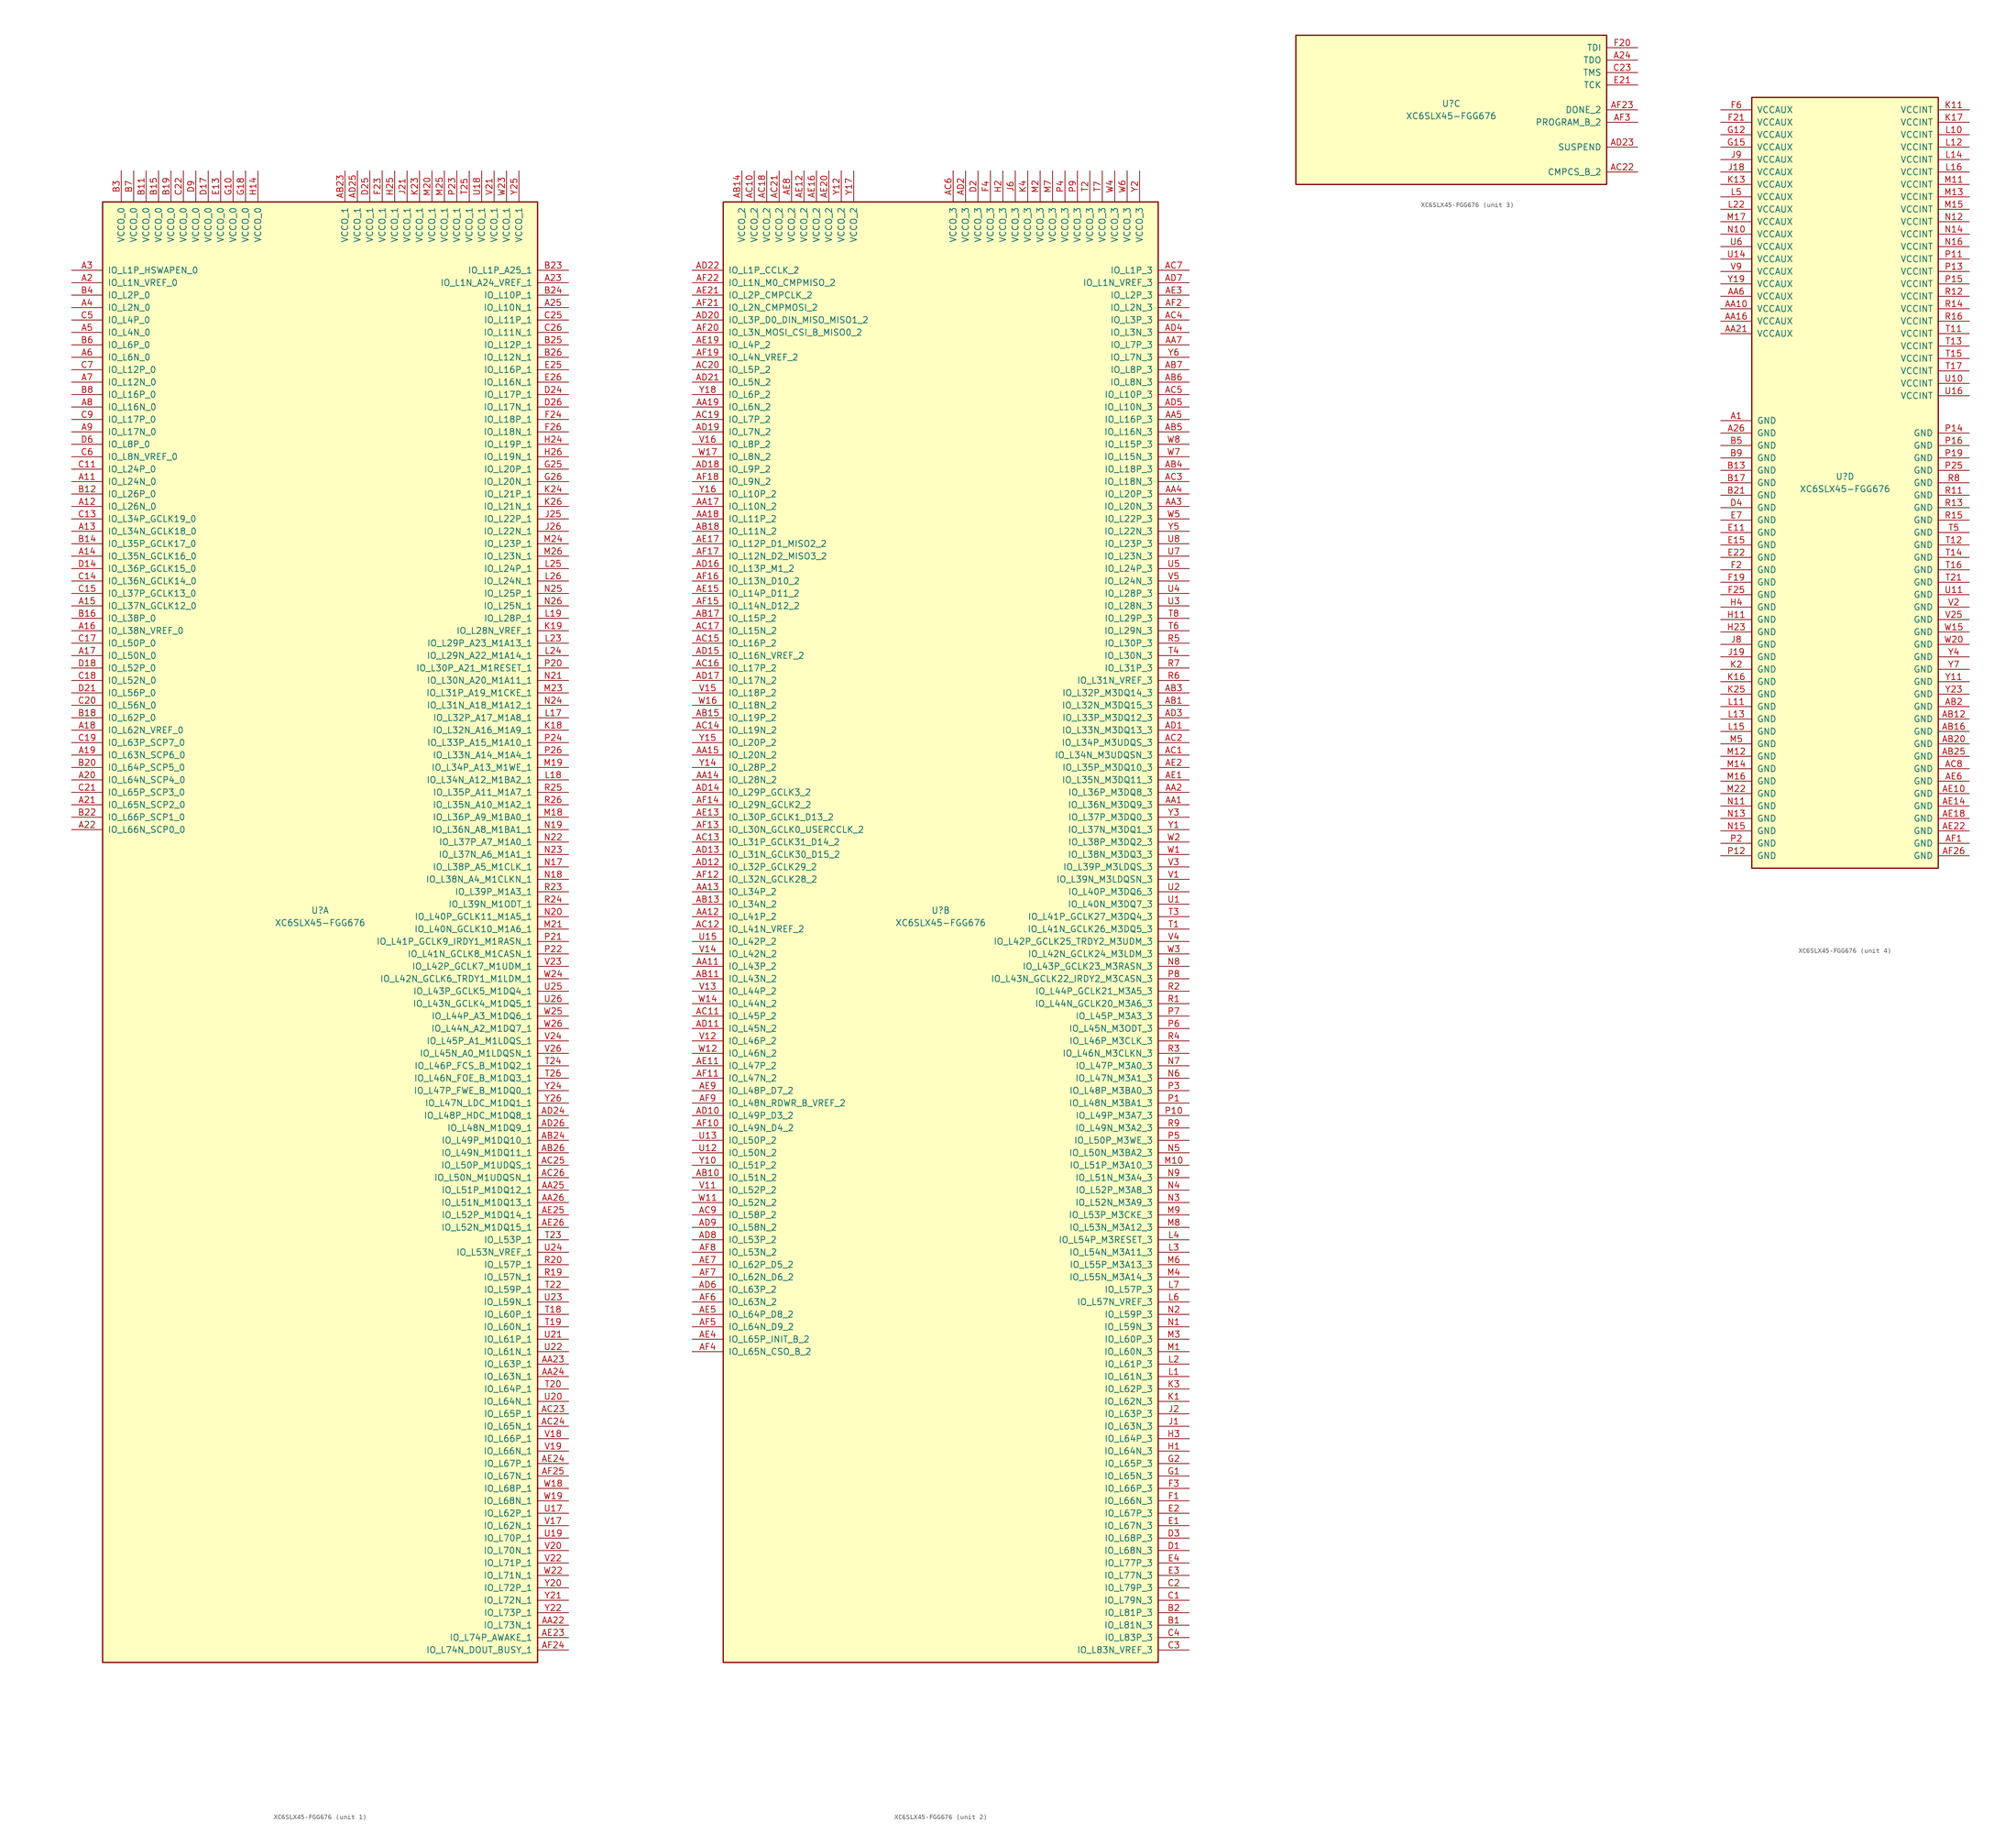
<source format=kicad_sym>
(kicad_symbol_lib
  (version 20220914)
  (generator kicad_symbol_editor)
  (symbol "XC6SLX45-FGG676"
    (pin_names
      (offset 1.016))
    (property "Reference" "U"
      (at 0 1.27 0)
      (effects (font (size 1.27 1.27))))
    (property "Value" "XC6SLX45-FGG676"
      (at 0 -1.27 0)
      (effects (font (size 1.27 1.27))))
    (property "Datasheet" ""
      (at 0 0 0)
      (effects (font (size 1.27 1.27))))
    (property "ki_locked" ""
      (at 0 0 0)
      (effects (font (size 1.27 1.27))))
    (symbol "XC6SLX45-FGG676_1_1"
      (rectangle (start -44.45 146.05) (end 44.45 -152.4) (stroke (width 0.254) (type default)) (fill (type background)))
      (pin bidirectional line (at -50.8 88.9 0) (length 6.35) (name "IO_L24N_0" (effects (font (size 1.27 1.27)))) (number "A11" (effects (font (size 1.27 1.27)))))
      (pin bidirectional line (at -50.8 83.82 0) (length 6.35) (name "IO_L26N_0" (effects (font (size 1.27 1.27)))) (number "A12" (effects (font (size 1.27 1.27)))))
      (pin bidirectional line (at -50.8 78.74 0) (length 6.35) (name "IO_L34N_GCLK18_0" (effects (font (size 1.27 1.27)))) (number "A13" (effects (font (size 1.27 1.27)))))
      (pin bidirectional line (at -50.8 73.66 0) (length 6.35) (name "IO_L35N_GCLK16_0" (effects (font (size 1.27 1.27)))) (number "A14" (effects (font (size 1.27 1.27)))))
      (pin bidirectional line (at -50.8 63.5 0) (length 6.35) (name "IO_L37N_GCLK12_0" (effects (font (size 1.27 1.27)))) (number "A15" (effects (font (size 1.27 1.27)))))
      (pin bidirectional line (at -50.8 58.42 0) (length 6.35) (name "IO_L38N_VREF_0" (effects (font (size 1.27 1.27)))) (number "A16" (effects (font (size 1.27 1.27)))))
      (pin bidirectional line (at -50.8 53.34 0) (length 6.35) (name "IO_L50N_0" (effects (font (size 1.27 1.27)))) (number "A17" (effects (font (size 1.27 1.27)))))
      (pin bidirectional line (at -50.8 38.1 0) (length 6.35) (name "IO_L62N_VREF_0" (effects (font (size 1.27 1.27)))) (number "A18" (effects (font (size 1.27 1.27)))))
      (pin bidirectional line (at -50.8 33.02 0) (length 6.35) (name "IO_L63N_SCP6_0" (effects (font (size 1.27 1.27)))) (number "A19" (effects (font (size 1.27 1.27)))))
      (pin bidirectional line (at -50.8 129.54 0) (length 6.35) (name "IO_L1N_VREF_0" (effects (font (size 1.27 1.27)))) (number "A2" (effects (font (size 1.27 1.27)))))
      (pin bidirectional line (at -50.8 27.94 0) (length 6.35) (name "IO_L64N_SCP4_0" (effects (font (size 1.27 1.27)))) (number "A20" (effects (font (size 1.27 1.27)))))
      (pin bidirectional line (at -50.8 22.86 0) (length 6.35) (name "IO_L65N_SCP2_0" (effects (font (size 1.27 1.27)))) (number "A21" (effects (font (size 1.27 1.27)))))
      (pin bidirectional line (at -50.8 17.78 0) (length 6.35) (name "IO_L66N_SCP0_0" (effects (font (size 1.27 1.27)))) (number "A22" (effects (font (size 1.27 1.27)))))
      (pin bidirectional line (at 50.8 129.54 180) (length 6.35) (name "IO_L1N_A24_VREF_1" (effects (font (size 1.27 1.27)))) (number "A23" (effects (font (size 1.27 1.27)))))
      (pin bidirectional line (at 50.8 124.46 180) (length 6.35) (name "IO_L10N_1" (effects (font (size 1.27 1.27)))) (number "A25" (effects (font (size 1.27 1.27)))))
      (pin bidirectional line (at -50.8 132.08 0) (length 6.35) (name "IO_L1P_HSWAPEN_0" (effects (font (size 1.27 1.27)))) (number "A3" (effects (font (size 1.27 1.27)))))
      (pin bidirectional line (at -50.8 124.46 0) (length 6.35) (name "IO_L2N_0" (effects (font (size 1.27 1.27)))) (number "A4" (effects (font (size 1.27 1.27)))))
      (pin bidirectional line (at -50.8 119.38 0) (length 6.35) (name "IO_L4N_0" (effects (font (size 1.27 1.27)))) (number "A5" (effects (font (size 1.27 1.27)))))
      (pin bidirectional line (at -50.8 114.3 0) (length 6.35) (name "IO_L6N_0" (effects (font (size 1.27 1.27)))) (number "A6" (effects (font (size 1.27 1.27)))))
      (pin bidirectional line (at -50.8 109.22 0) (length 6.35) (name "IO_L12N_0" (effects (font (size 1.27 1.27)))) (number "A7" (effects (font (size 1.27 1.27)))))
      (pin bidirectional line (at -50.8 104.14 0) (length 6.35) (name "IO_L16N_0" (effects (font (size 1.27 1.27)))) (number "A8" (effects (font (size 1.27 1.27)))))
      (pin bidirectional line (at -50.8 99.06 0) (length 6.35) (name "IO_L17N_0" (effects (font (size 1.27 1.27)))) (number "A9" (effects (font (size 1.27 1.27)))))
      (pin bidirectional line (at 50.8 -144.78 180) (length 6.35) (name "IO_L73N_1" (effects (font (size 1.27 1.27)))) (number "AA22" (effects (font (size 1.27 1.27)))))
      (pin bidirectional line (at 50.8 -91.44 180) (length 6.35) (name "IO_L63P_1" (effects (font (size 1.27 1.27)))) (number "AA23" (effects (font (size 1.27 1.27)))))
      (pin bidirectional line (at 50.8 -93.98 180) (length 6.35) (name "IO_L63N_1" (effects (font (size 1.27 1.27)))) (number "AA24" (effects (font (size 1.27 1.27)))))
      (pin bidirectional line (at 50.8 -55.88 180) (length 6.35) (name "IO_L51P_M1DQ12_1" (effects (font (size 1.27 1.27)))) (number "AA25" (effects (font (size 1.27 1.27)))))
      (pin bidirectional line (at 50.8 -58.42 180) (length 6.35) (name "IO_L51N_M1DQ13_1" (effects (font (size 1.27 1.27)))) (number "AA26" (effects (font (size 1.27 1.27)))))
      (pin power_in line (at 5.08 152.4 270) (length 6.35) (name "VCCO_1" (effects (font (size 1.27 1.27)))) (number "AB23" (effects (font (size 1.27 1.27)))))
      (pin bidirectional line (at 50.8 -45.72 180) (length 6.35) (name "IO_L49P_M1DQ10_1" (effects (font (size 1.27 1.27)))) (number "AB24" (effects (font (size 1.27 1.27)))))
      (pin bidirectional line (at 50.8 -48.26 180) (length 6.35) (name "IO_L49N_M1DQ11_1" (effects (font (size 1.27 1.27)))) (number "AB26" (effects (font (size 1.27 1.27)))))
      (pin bidirectional line (at 50.8 -101.6 180) (length 6.35) (name "IO_L65P_1" (effects (font (size 1.27 1.27)))) (number "AC23" (effects (font (size 1.27 1.27)))))
      (pin bidirectional line (at 50.8 -104.14 180) (length 6.35) (name "IO_L65N_1" (effects (font (size 1.27 1.27)))) (number "AC24" (effects (font (size 1.27 1.27)))))
      (pin bidirectional line (at 50.8 -50.8 180) (length 6.35) (name "IO_L50P_M1UDQS_1" (effects (font (size 1.27 1.27)))) (number "AC25" (effects (font (size 1.27 1.27)))))
      (pin bidirectional line (at 50.8 -53.34 180) (length 6.35) (name "IO_L50N_M1UDQSN_1" (effects (font (size 1.27 1.27)))) (number "AC26" (effects (font (size 1.27 1.27)))))
      (pin bidirectional line (at 50.8 -40.64 180) (length 6.35) (name "IO_L48P_HDC_M1DQ8_1" (effects (font (size 1.27 1.27)))) (number "AD24" (effects (font (size 1.27 1.27)))))
      (pin power_in line (at 7.62 152.4 270) (length 6.35) (name "VCCO_1" (effects (font (size 1.27 1.27)))) (number "AD25" (effects (font (size 1.27 1.27)))))
      (pin bidirectional line (at 50.8 -43.18 180) (length 6.35) (name "IO_L48N_M1DQ9_1" (effects (font (size 1.27 1.27)))) (number "AD26" (effects (font (size 1.27 1.27)))))
      (pin bidirectional line (at 50.8 -147.32 180) (length 6.35) (name "IO_L74P_AWAKE_1" (effects (font (size 1.27 1.27)))) (number "AE23" (effects (font (size 1.27 1.27)))))
      (pin bidirectional line (at 50.8 -111.76 180) (length 6.35) (name "IO_L67P_1" (effects (font (size 1.27 1.27)))) (number "AE24" (effects (font (size 1.27 1.27)))))
      (pin bidirectional line (at 50.8 -60.96 180) (length 6.35) (name "IO_L52P_M1DQ14_1" (effects (font (size 1.27 1.27)))) (number "AE25" (effects (font (size 1.27 1.27)))))
      (pin bidirectional line (at 50.8 -63.5 180) (length 6.35) (name "IO_L52N_M1DQ15_1" (effects (font (size 1.27 1.27)))) (number "AE26" (effects (font (size 1.27 1.27)))))
      (pin bidirectional line (at 50.8 -149.86 180) (length 6.35) (name "IO_L74N_DOUT_BUSY_1" (effects (font (size 1.27 1.27)))) (number "AF24" (effects (font (size 1.27 1.27)))))
      (pin bidirectional line (at 50.8 -114.3 180) (length 6.35) (name "IO_L67N_1" (effects (font (size 1.27 1.27)))) (number "AF25" (effects (font (size 1.27 1.27)))))
      (pin power_in line (at -35.56 152.4 270) (length 6.35) (name "VCCO_0" (effects (font (size 1.27 1.27)))) (number "B11" (effects (font (size 1.27 1.27)))))
      (pin bidirectional line (at -50.8 86.36 0) (length 6.35) (name "IO_L26P_0" (effects (font (size 1.27 1.27)))) (number "B12" (effects (font (size 1.27 1.27)))))
      (pin bidirectional line (at -50.8 76.2 0) (length 6.35) (name "IO_L35P_GCLK17_0" (effects (font (size 1.27 1.27)))) (number "B14" (effects (font (size 1.27 1.27)))))
      (pin power_in line (at -33.02 152.4 270) (length 6.35) (name "VCCO_0" (effects (font (size 1.27 1.27)))) (number "B15" (effects (font (size 1.27 1.27)))))
      (pin bidirectional line (at -50.8 60.96 0) (length 6.35) (name "IO_L38P_0" (effects (font (size 1.27 1.27)))) (number "B16" (effects (font (size 1.27 1.27)))))
      (pin bidirectional line (at -50.8 40.64 0) (length 6.35) (name "IO_L62P_0" (effects (font (size 1.27 1.27)))) (number "B18" (effects (font (size 1.27 1.27)))))
      (pin power_in line (at -30.48 152.4 270) (length 6.35) (name "VCCO_0" (effects (font (size 1.27 1.27)))) (number "B19" (effects (font (size 1.27 1.27)))))
      (pin bidirectional line (at -50.8 30.48 0) (length 6.35) (name "IO_L64P_SCP5_0" (effects (font (size 1.27 1.27)))) (number "B20" (effects (font (size 1.27 1.27)))))
      (pin bidirectional line (at -50.8 20.32 0) (length 6.35) (name "IO_L66P_SCP1_0" (effects (font (size 1.27 1.27)))) (number "B22" (effects (font (size 1.27 1.27)))))
      (pin bidirectional line (at 50.8 132.08 180) (length 6.35) (name "IO_L1P_A25_1" (effects (font (size 1.27 1.27)))) (number "B23" (effects (font (size 1.27 1.27)))))
      (pin bidirectional line (at 50.8 127 180) (length 6.35) (name "IO_L10P_1" (effects (font (size 1.27 1.27)))) (number "B24" (effects (font (size 1.27 1.27)))))
      (pin bidirectional line (at 50.8 116.84 180) (length 6.35) (name "IO_L12P_1" (effects (font (size 1.27 1.27)))) (number "B25" (effects (font (size 1.27 1.27)))))
      (pin bidirectional line (at 50.8 114.3 180) (length 6.35) (name "IO_L12N_1" (effects (font (size 1.27 1.27)))) (number "B26" (effects (font (size 1.27 1.27)))))
      (pin power_in line (at -40.64 152.4 270) (length 6.35) (name "VCCO_0" (effects (font (size 1.27 1.27)))) (number "B3" (effects (font (size 1.27 1.27)))))
      (pin bidirectional line (at -50.8 127 0) (length 6.35) (name "IO_L2P_0" (effects (font (size 1.27 1.27)))) (number "B4" (effects (font (size 1.27 1.27)))))
      (pin bidirectional line (at -50.8 116.84 0) (length 6.35) (name "IO_L6P_0" (effects (font (size 1.27 1.27)))) (number "B6" (effects (font (size 1.27 1.27)))))
      (pin power_in line (at -38.1 152.4 270) (length 6.35) (name "VCCO_0" (effects (font (size 1.27 1.27)))) (number "B7" (effects (font (size 1.27 1.27)))))
      (pin bidirectional line (at -50.8 106.68 0) (length 6.35) (name "IO_L16P_0" (effects (font (size 1.27 1.27)))) (number "B8" (effects (font (size 1.27 1.27)))))
      (pin bidirectional line (at -50.8 91.44 0) (length 6.35) (name "IO_L24P_0" (effects (font (size 1.27 1.27)))) (number "C11" (effects (font (size 1.27 1.27)))))
      (pin bidirectional line (at -50.8 81.28 0) (length 6.35) (name "IO_L34P_GCLK19_0" (effects (font (size 1.27 1.27)))) (number "C13" (effects (font (size 1.27 1.27)))))
      (pin bidirectional line (at -50.8 68.58 0) (length 6.35) (name "IO_L36N_GCLK14_0" (effects (font (size 1.27 1.27)))) (number "C14" (effects (font (size 1.27 1.27)))))
      (pin bidirectional line (at -50.8 66.04 0) (length 6.35) (name "IO_L37P_GCLK13_0" (effects (font (size 1.27 1.27)))) (number "C15" (effects (font (size 1.27 1.27)))))
      (pin bidirectional line (at -50.8 55.88 0) (length 6.35) (name "IO_L50P_0" (effects (font (size 1.27 1.27)))) (number "C17" (effects (font (size 1.27 1.27)))))
      (pin bidirectional line (at -50.8 48.26 0) (length 6.35) (name "IO_L52N_0" (effects (font (size 1.27 1.27)))) (number "C18" (effects (font (size 1.27 1.27)))))
      (pin bidirectional line (at -50.8 35.56 0) (length 6.35) (name "IO_L63P_SCP7_0" (effects (font (size 1.27 1.27)))) (number "C19" (effects (font (size 1.27 1.27)))))
      (pin bidirectional line (at -50.8 43.18 0) (length 6.35) (name "IO_L56N_0" (effects (font (size 1.27 1.27)))) (number "C20" (effects (font (size 1.27 1.27)))))
      (pin bidirectional line (at -50.8 25.4 0) (length 6.35) (name "IO_L65P_SCP3_0" (effects (font (size 1.27 1.27)))) (number "C21" (effects (font (size 1.27 1.27)))))
      (pin power_in line (at -27.94 152.4 270) (length 6.35) (name "VCCO_0" (effects (font (size 1.27 1.27)))) (number "C22" (effects (font (size 1.27 1.27)))))
      (pin bidirectional line (at 50.8 121.92 180) (length 6.35) (name "IO_L11P_1" (effects (font (size 1.27 1.27)))) (number "C25" (effects (font (size 1.27 1.27)))))
      (pin bidirectional line (at 50.8 119.38 180) (length 6.35) (name "IO_L11N_1" (effects (font (size 1.27 1.27)))) (number "C26" (effects (font (size 1.27 1.27)))))
      (pin bidirectional line (at -50.8 121.92 0) (length 6.35) (name "IO_L4P_0" (effects (font (size 1.27 1.27)))) (number "C5" (effects (font (size 1.27 1.27)))))
      (pin bidirectional line (at -50.8 93.98 0) (length 6.35) (name "IO_L8N_VREF_0" (effects (font (size 1.27 1.27)))) (number "C6" (effects (font (size 1.27 1.27)))))
      (pin bidirectional line (at -50.8 111.76 0) (length 6.35) (name "IO_L12P_0" (effects (font (size 1.27 1.27)))) (number "C7" (effects (font (size 1.27 1.27)))))
      (pin bidirectional line (at -50.8 101.6 0) (length 6.35) (name "IO_L17P_0" (effects (font (size 1.27 1.27)))) (number "C9" (effects (font (size 1.27 1.27)))))
      (pin bidirectional line (at -50.8 71.12 0) (length 6.35) (name "IO_L36P_GCLK15_0" (effects (font (size 1.27 1.27)))) (number "D14" (effects (font (size 1.27 1.27)))))
      (pin power_in line (at -22.86 152.4 270) (length 6.35) (name "VCCO_0" (effects (font (size 1.27 1.27)))) (number "D17" (effects (font (size 1.27 1.27)))))
      (pin bidirectional line (at -50.8 50.8 0) (length 6.35) (name "IO_L52P_0" (effects (font (size 1.27 1.27)))) (number "D18" (effects (font (size 1.27 1.27)))))
      (pin bidirectional line (at -50.8 45.72 0) (length 6.35) (name "IO_L56P_0" (effects (font (size 1.27 1.27)))) (number "D21" (effects (font (size 1.27 1.27)))))
      (pin bidirectional line (at 50.8 106.68 180) (length 6.35) (name "IO_L17P_1" (effects (font (size 1.27 1.27)))) (number "D24" (effects (font (size 1.27 1.27)))))
      (pin power_in line (at 10.16 152.4 270) (length 6.35) (name "VCCO_1" (effects (font (size 1.27 1.27)))) (number "D25" (effects (font (size 1.27 1.27)))))
      (pin bidirectional line (at 50.8 104.14 180) (length 6.35) (name "IO_L17N_1" (effects (font (size 1.27 1.27)))) (number "D26" (effects (font (size 1.27 1.27)))))
      (pin bidirectional line (at -50.8 96.52 0) (length 6.35) (name "IO_L8P_0" (effects (font (size 1.27 1.27)))) (number "D6" (effects (font (size 1.27 1.27)))))
      (pin power_in line (at -25.4 152.4 270) (length 6.35) (name "VCCO_0" (effects (font (size 1.27 1.27)))) (number "D9" (effects (font (size 1.27 1.27)))))
      (pin power_in line (at -20.32 152.4 270) (length 6.35) (name "VCCO_0" (effects (font (size 1.27 1.27)))) (number "E13" (effects (font (size 1.27 1.27)))))
      (pin bidirectional line (at 50.8 111.76 180) (length 6.35) (name "IO_L16P_1" (effects (font (size 1.27 1.27)))) (number "E25" (effects (font (size 1.27 1.27)))))
      (pin bidirectional line (at 50.8 109.22 180) (length 6.35) (name "IO_L16N_1" (effects (font (size 1.27 1.27)))) (number "E26" (effects (font (size 1.27 1.27)))))
      (pin power_in line (at 12.7 152.4 270) (length 6.35) (name "VCCO_1" (effects (font (size 1.27 1.27)))) (number "F23" (effects (font (size 1.27 1.27)))))
      (pin bidirectional line (at 50.8 101.6 180) (length 6.35) (name "IO_L18P_1" (effects (font (size 1.27 1.27)))) (number "F24" (effects (font (size 1.27 1.27)))))
      (pin bidirectional line (at 50.8 99.06 180) (length 6.35) (name "IO_L18N_1" (effects (font (size 1.27 1.27)))) (number "F26" (effects (font (size 1.27 1.27)))))
      (pin power_in line (at -17.78 152.4 270) (length 6.35) (name "VCCO_0" (effects (font (size 1.27 1.27)))) (number "G10" (effects (font (size 1.27 1.27)))))
      (pin power_in line (at -15.24 152.4 270) (length 6.35) (name "VCCO_0" (effects (font (size 1.27 1.27)))) (number "G18" (effects (font (size 1.27 1.27)))))
      (pin bidirectional line (at 50.8 91.44 180) (length 6.35) (name "IO_L20P_1" (effects (font (size 1.27 1.27)))) (number "G25" (effects (font (size 1.27 1.27)))))
      (pin bidirectional line (at 50.8 88.9 180) (length 6.35) (name "IO_L20N_1" (effects (font (size 1.27 1.27)))) (number "G26" (effects (font (size 1.27 1.27)))))
      (pin power_in line (at -12.7 152.4 270) (length 6.35) (name "VCCO_0" (effects (font (size 1.27 1.27)))) (number "H14" (effects (font (size 1.27 1.27)))))
      (pin bidirectional line (at 50.8 96.52 180) (length 6.35) (name "IO_L19P_1" (effects (font (size 1.27 1.27)))) (number "H24" (effects (font (size 1.27 1.27)))))
      (pin power_in line (at 15.24 152.4 270) (length 6.35) (name "VCCO_1" (effects (font (size 1.27 1.27)))) (number "H25" (effects (font (size 1.27 1.27)))))
      (pin bidirectional line (at 50.8 93.98 180) (length 6.35) (name "IO_L19N_1" (effects (font (size 1.27 1.27)))) (number "H26" (effects (font (size 1.27 1.27)))))
      (pin power_in line (at 17.78 152.4 270) (length 6.35) (name "VCCO_1" (effects (font (size 1.27 1.27)))) (number "J21" (effects (font (size 1.27 1.27)))))
      (pin bidirectional line (at 50.8 81.28 180) (length 6.35) (name "IO_L22P_1" (effects (font (size 1.27 1.27)))) (number "J25" (effects (font (size 1.27 1.27)))))
      (pin bidirectional line (at 50.8 78.74 180) (length 6.35) (name "IO_L22N_1" (effects (font (size 1.27 1.27)))) (number "J26" (effects (font (size 1.27 1.27)))))
      (pin bidirectional line (at 50.8 38.1 180) (length 6.35) (name "IO_L32N_A16_M1A9_1" (effects (font (size 1.27 1.27)))) (number "K18" (effects (font (size 1.27 1.27)))))
      (pin bidirectional line (at 50.8 58.42 180) (length 6.35) (name "IO_L28N_VREF_1" (effects (font (size 1.27 1.27)))) (number "K19" (effects (font (size 1.27 1.27)))))
      (pin power_in line (at 20.32 152.4 270) (length 6.35) (name "VCCO_1" (effects (font (size 1.27 1.27)))) (number "K23" (effects (font (size 1.27 1.27)))))
      (pin bidirectional line (at 50.8 86.36 180) (length 6.35) (name "IO_L21P_1" (effects (font (size 1.27 1.27)))) (number "K24" (effects (font (size 1.27 1.27)))))
      (pin bidirectional line (at 50.8 83.82 180) (length 6.35) (name "IO_L21N_1" (effects (font (size 1.27 1.27)))) (number "K26" (effects (font (size 1.27 1.27)))))
      (pin bidirectional line (at 50.8 40.64 180) (length 6.35) (name "IO_L32P_A17_M1A8_1" (effects (font (size 1.27 1.27)))) (number "L17" (effects (font (size 1.27 1.27)))))
      (pin bidirectional line (at 50.8 27.94 180) (length 6.35) (name "IO_L34N_A12_M1BA2_1" (effects (font (size 1.27 1.27)))) (number "L18" (effects (font (size 1.27 1.27)))))
      (pin bidirectional line (at 50.8 60.96 180) (length 6.35) (name "IO_L28P_1" (effects (font (size 1.27 1.27)))) (number "L19" (effects (font (size 1.27 1.27)))))
      (pin bidirectional line (at 50.8 55.88 180) (length 6.35) (name "IO_L29P_A23_M1A13_1" (effects (font (size 1.27 1.27)))) (number "L23" (effects (font (size 1.27 1.27)))))
      (pin bidirectional line (at 50.8 53.34 180) (length 6.35) (name "IO_L29N_A22_M1A14_1" (effects (font (size 1.27 1.27)))) (number "L24" (effects (font (size 1.27 1.27)))))
      (pin bidirectional line (at 50.8 71.12 180) (length 6.35) (name "IO_L24P_1" (effects (font (size 1.27 1.27)))) (number "L25" (effects (font (size 1.27 1.27)))))
      (pin bidirectional line (at 50.8 68.58 180) (length 6.35) (name "IO_L24N_1" (effects (font (size 1.27 1.27)))) (number "L26" (effects (font (size 1.27 1.27)))))
      (pin bidirectional line (at 50.8 20.32 180) (length 6.35) (name "IO_L36P_A9_M1BA0_1" (effects (font (size 1.27 1.27)))) (number "M18" (effects (font (size 1.27 1.27)))))
      (pin bidirectional line (at 50.8 30.48 180) (length 6.35) (name "IO_L34P_A13_M1WE_1" (effects (font (size 1.27 1.27)))) (number "M19" (effects (font (size 1.27 1.27)))))
      (pin power_in line (at 22.86 152.4 270) (length 6.35) (name "VCCO_1" (effects (font (size 1.27 1.27)))) (number "M20" (effects (font (size 1.27 1.27)))))
      (pin bidirectional line (at 50.8 -2.54 180) (length 6.35) (name "IO_L40N_GCLK10_M1A6_1" (effects (font (size 1.27 1.27)))) (number "M21" (effects (font (size 1.27 1.27)))))
      (pin bidirectional line (at 50.8 45.72 180) (length 6.35) (name "IO_L31P_A19_M1CKE_1" (effects (font (size 1.27 1.27)))) (number "M23" (effects (font (size 1.27 1.27)))))
      (pin bidirectional line (at 50.8 76.2 180) (length 6.35) (name "IO_L23P_1" (effects (font (size 1.27 1.27)))) (number "M24" (effects (font (size 1.27 1.27)))))
      (pin power_in line (at 25.4 152.4 270) (length 6.35) (name "VCCO_1" (effects (font (size 1.27 1.27)))) (number "M25" (effects (font (size 1.27 1.27)))))
      (pin bidirectional line (at 50.8 73.66 180) (length 6.35) (name "IO_L23N_1" (effects (font (size 1.27 1.27)))) (number "M26" (effects (font (size 1.27 1.27)))))
      (pin bidirectional line (at 50.8 10.16 180) (length 6.35) (name "IO_L38P_A5_M1CLK_1" (effects (font (size 1.27 1.27)))) (number "N17" (effects (font (size 1.27 1.27)))))
      (pin bidirectional line (at 50.8 7.62 180) (length 6.35) (name "IO_L38N_A4_M1CLKN_1" (effects (font (size 1.27 1.27)))) (number "N18" (effects (font (size 1.27 1.27)))))
      (pin bidirectional line (at 50.8 17.78 180) (length 6.35) (name "IO_L36N_A8_M1BA1_1" (effects (font (size 1.27 1.27)))) (number "N19" (effects (font (size 1.27 1.27)))))
      (pin bidirectional line (at 50.8 0 180) (length 6.35) (name "IO_L40P_GCLK11_M1A5_1" (effects (font (size 1.27 1.27)))) (number "N20" (effects (font (size 1.27 1.27)))))
      (pin bidirectional line (at 50.8 48.26 180) (length 6.35) (name "IO_L30N_A20_M1A11_1" (effects (font (size 1.27 1.27)))) (number "N21" (effects (font (size 1.27 1.27)))))
      (pin bidirectional line (at 50.8 15.24 180) (length 6.35) (name "IO_L37P_A7_M1A0_1" (effects (font (size 1.27 1.27)))) (number "N22" (effects (font (size 1.27 1.27)))))
      (pin bidirectional line (at 50.8 12.7 180) (length 6.35) (name "IO_L37N_A6_M1A1_1" (effects (font (size 1.27 1.27)))) (number "N23" (effects (font (size 1.27 1.27)))))
      (pin bidirectional line (at 50.8 43.18 180) (length 6.35) (name "IO_L31N_A18_M1A12_1" (effects (font (size 1.27 1.27)))) (number "N24" (effects (font (size 1.27 1.27)))))
      (pin bidirectional line (at 50.8 66.04 180) (length 6.35) (name "IO_L25P_1" (effects (font (size 1.27 1.27)))) (number "N25" (effects (font (size 1.27 1.27)))))
      (pin bidirectional line (at 50.8 63.5 180) (length 6.35) (name "IO_L25N_1" (effects (font (size 1.27 1.27)))) (number "N26" (effects (font (size 1.27 1.27)))))
      (pin bidirectional line (at 50.8 50.8 180) (length 6.35) (name "IO_L30P_A21_M1RESET_1" (effects (font (size 1.27 1.27)))) (number "P20" (effects (font (size 1.27 1.27)))))
      (pin bidirectional line (at 50.8 -5.08 180) (length 6.35) (name "IO_L41P_GCLK9_IRDY1_M1RASN_1" (effects (font (size 1.27 1.27)))) (number "P21" (effects (font (size 1.27 1.27)))))
      (pin bidirectional line (at 50.8 -7.62 180) (length 6.35) (name "IO_L41N_GCLK8_M1CASN_1" (effects (font (size 1.27 1.27)))) (number "P22" (effects (font (size 1.27 1.27)))))
      (pin power_in line (at 27.94 152.4 270) (length 6.35) (name "VCCO_1" (effects (font (size 1.27 1.27)))) (number "P23" (effects (font (size 1.27 1.27)))))
      (pin bidirectional line (at 50.8 35.56 180) (length 6.35) (name "IO_L33P_A15_M1A10_1" (effects (font (size 1.27 1.27)))) (number "P24" (effects (font (size 1.27 1.27)))))
      (pin bidirectional line (at 50.8 33.02 180) (length 6.35) (name "IO_L33N_A14_M1A4_1" (effects (font (size 1.27 1.27)))) (number "P26" (effects (font (size 1.27 1.27)))))
      (pin bidirectional line (at 50.8 -73.66 180) (length 6.35) (name "IO_L57N_1" (effects (font (size 1.27 1.27)))) (number "R19" (effects (font (size 1.27 1.27)))))
      (pin bidirectional line (at 50.8 -71.12 180) (length 6.35) (name "IO_L57P_1" (effects (font (size 1.27 1.27)))) (number "R20" (effects (font (size 1.27 1.27)))))
      (pin bidirectional line (at 50.8 5.08 180) (length 6.35) (name "IO_L39P_M1A3_1" (effects (font (size 1.27 1.27)))) (number "R23" (effects (font (size 1.27 1.27)))))
      (pin bidirectional line (at 50.8 2.54 180) (length 6.35) (name "IO_L39N_M1ODT_1" (effects (font (size 1.27 1.27)))) (number "R24" (effects (font (size 1.27 1.27)))))
      (pin bidirectional line (at 50.8 25.4 180) (length 6.35) (name "IO_L35P_A11_M1A7_1" (effects (font (size 1.27 1.27)))) (number "R25" (effects (font (size 1.27 1.27)))))
      (pin bidirectional line (at 50.8 22.86 180) (length 6.35) (name "IO_L35N_A10_M1A2_1" (effects (font (size 1.27 1.27)))) (number "R26" (effects (font (size 1.27 1.27)))))
      (pin bidirectional line (at 50.8 -81.28 180) (length 6.35) (name "IO_L60P_1" (effects (font (size 1.27 1.27)))) (number "T18" (effects (font (size 1.27 1.27)))))
      (pin bidirectional line (at 50.8 -83.82 180) (length 6.35) (name "IO_L60N_1" (effects (font (size 1.27 1.27)))) (number "T19" (effects (font (size 1.27 1.27)))))
      (pin bidirectional line (at 50.8 -96.52 180) (length 6.35) (name "IO_L64P_1" (effects (font (size 1.27 1.27)))) (number "T20" (effects (font (size 1.27 1.27)))))
      (pin bidirectional line (at 50.8 -76.2 180) (length 6.35) (name "IO_L59P_1" (effects (font (size 1.27 1.27)))) (number "T22" (effects (font (size 1.27 1.27)))))
      (pin bidirectional line (at 50.8 -66.04 180) (length 6.35) (name "IO_L53P_1" (effects (font (size 1.27 1.27)))) (number "T23" (effects (font (size 1.27 1.27)))))
      (pin bidirectional line (at 50.8 -30.48 180) (length 6.35) (name "IO_L46P_FCS_B_M1DQ2_1" (effects (font (size 1.27 1.27)))) (number "T24" (effects (font (size 1.27 1.27)))))
      (pin power_in line (at 30.48 152.4 270) (length 6.35) (name "VCCO_1" (effects (font (size 1.27 1.27)))) (number "T25" (effects (font (size 1.27 1.27)))))
      (pin bidirectional line (at 50.8 -33.02 180) (length 6.35) (name "IO_L46N_FOE_B_M1DQ3_1" (effects (font (size 1.27 1.27)))) (number "T26" (effects (font (size 1.27 1.27)))))
      (pin bidirectional line (at 50.8 -121.92 180) (length 6.35) (name "IO_L62P_1" (effects (font (size 1.27 1.27)))) (number "U17" (effects (font (size 1.27 1.27)))))
      (pin power_in line (at 33.02 152.4 270) (length 6.35) (name "VCCO_1" (effects (font (size 1.27 1.27)))) (number "U18" (effects (font (size 1.27 1.27)))))
      (pin bidirectional line (at 50.8 -127 180) (length 6.35) (name "IO_L70P_1" (effects (font (size 1.27 1.27)))) (number "U19" (effects (font (size 1.27 1.27)))))
      (pin bidirectional line (at 50.8 -99.06 180) (length 6.35) (name "IO_L64N_1" (effects (font (size 1.27 1.27)))) (number "U20" (effects (font (size 1.27 1.27)))))
      (pin bidirectional line (at 50.8 -86.36 180) (length 6.35) (name "IO_L61P_1" (effects (font (size 1.27 1.27)))) (number "U21" (effects (font (size 1.27 1.27)))))
      (pin bidirectional line (at 50.8 -88.9 180) (length 6.35) (name "IO_L61N_1" (effects (font (size 1.27 1.27)))) (number "U22" (effects (font (size 1.27 1.27)))))
      (pin bidirectional line (at 50.8 -78.74 180) (length 6.35) (name "IO_L59N_1" (effects (font (size 1.27 1.27)))) (number "U23" (effects (font (size 1.27 1.27)))))
      (pin bidirectional line (at 50.8 -68.58 180) (length 6.35) (name "IO_L53N_VREF_1" (effects (font (size 1.27 1.27)))) (number "U24" (effects (font (size 1.27 1.27)))))
      (pin bidirectional line (at 50.8 -15.24 180) (length 6.35) (name "IO_L43P_GCLK5_M1DQ4_1" (effects (font (size 1.27 1.27)))) (number "U25" (effects (font (size 1.27 1.27)))))
      (pin bidirectional line (at 50.8 -17.78 180) (length 6.35) (name "IO_L43N_GCLK4_M1DQ5_1" (effects (font (size 1.27 1.27)))) (number "U26" (effects (font (size 1.27 1.27)))))
      (pin bidirectional line (at 50.8 -124.46 180) (length 6.35) (name "IO_L62N_1" (effects (font (size 1.27 1.27)))) (number "V17" (effects (font (size 1.27 1.27)))))
      (pin bidirectional line (at 50.8 -106.68 180) (length 6.35) (name "IO_L66P_1" (effects (font (size 1.27 1.27)))) (number "V18" (effects (font (size 1.27 1.27)))))
      (pin bidirectional line (at 50.8 -109.22 180) (length 6.35) (name "IO_L66N_1" (effects (font (size 1.27 1.27)))) (number "V19" (effects (font (size 1.27 1.27)))))
      (pin bidirectional line (at 50.8 -129.54 180) (length 6.35) (name "IO_L70N_1" (effects (font (size 1.27 1.27)))) (number "V20" (effects (font (size 1.27 1.27)))))
      (pin power_in line (at 35.56 152.4 270) (length 6.35) (name "VCCO_1" (effects (font (size 1.27 1.27)))) (number "V21" (effects (font (size 1.27 1.27)))))
      (pin bidirectional line (at 50.8 -132.08 180) (length 6.35) (name "IO_L71P_1" (effects (font (size 1.27 1.27)))) (number "V22" (effects (font (size 1.27 1.27)))))
      (pin bidirectional line (at 50.8 -10.16 180) (length 6.35) (name "IO_L42P_GCLK7_M1UDM_1" (effects (font (size 1.27 1.27)))) (number "V23" (effects (font (size 1.27 1.27)))))
      (pin bidirectional line (at 50.8 -25.4 180) (length 6.35) (name "IO_L45P_A1_M1LDQS_1" (effects (font (size 1.27 1.27)))) (number "V24" (effects (font (size 1.27 1.27)))))
      (pin bidirectional line (at 50.8 -27.94 180) (length 6.35) (name "IO_L45N_A0_M1LDQSN_1" (effects (font (size 1.27 1.27)))) (number "V26" (effects (font (size 1.27 1.27)))))
      (pin bidirectional line (at 50.8 -116.84 180) (length 6.35) (name "IO_L68P_1" (effects (font (size 1.27 1.27)))) (number "W18" (effects (font (size 1.27 1.27)))))
      (pin bidirectional line (at 50.8 -119.38 180) (length 6.35) (name "IO_L68N_1" (effects (font (size 1.27 1.27)))) (number "W19" (effects (font (size 1.27 1.27)))))
      (pin bidirectional line (at 50.8 -134.62 180) (length 6.35) (name "IO_L71N_1" (effects (font (size 1.27 1.27)))) (number "W22" (effects (font (size 1.27 1.27)))))
      (pin power_in line (at 38.1 152.4 270) (length 6.35) (name "VCCO_1" (effects (font (size 1.27 1.27)))) (number "W23" (effects (font (size 1.27 1.27)))))
      (pin bidirectional line (at 50.8 -12.7 180) (length 6.35) (name "IO_L42N_GCLK6_TRDY1_M1LDM_1" (effects (font (size 1.27 1.27)))) (number "W24" (effects (font (size 1.27 1.27)))))
      (pin bidirectional line (at 50.8 -20.32 180) (length 6.35) (name "IO_L44P_A3_M1DQ6_1" (effects (font (size 1.27 1.27)))) (number "W25" (effects (font (size 1.27 1.27)))))
      (pin bidirectional line (at 50.8 -22.86 180) (length 6.35) (name "IO_L44N_A2_M1DQ7_1" (effects (font (size 1.27 1.27)))) (number "W26" (effects (font (size 1.27 1.27)))))
      (pin bidirectional line (at 50.8 -137.16 180) (length 6.35) (name "IO_L72P_1" (effects (font (size 1.27 1.27)))) (number "Y20" (effects (font (size 1.27 1.27)))))
      (pin bidirectional line (at 50.8 -139.7 180) (length 6.35) (name "IO_L72N_1" (effects (font (size 1.27 1.27)))) (number "Y21" (effects (font (size 1.27 1.27)))))
      (pin bidirectional line (at 50.8 -142.24 180) (length 6.35) (name "IO_L73P_1" (effects (font (size 1.27 1.27)))) (number "Y22" (effects (font (size 1.27 1.27)))))
      (pin bidirectional line (at 50.8 -35.56 180) (length 6.35) (name "IO_L47P_FWE_B_M1DQ0_1" (effects (font (size 1.27 1.27)))) (number "Y24" (effects (font (size 1.27 1.27)))))
      (pin power_in line (at 40.64 152.4 270) (length 6.35) (name "VCCO_1" (effects (font (size 1.27 1.27)))) (number "Y25" (effects (font (size 1.27 1.27)))))
      (pin bidirectional line (at 50.8 -38.1 180) (length 6.35) (name "IO_L47N_LDC_M1DQ1_1" (effects (font (size 1.27 1.27)))) (number "Y26" (effects (font (size 1.27 1.27))))))
    (symbol "XC6SLX45-FGG676_2_1"
      (rectangle (start -44.45 146.05) (end 44.45 -152.4) (stroke (width 0.254) (type default)) (fill (type background)))
      (pin bidirectional line (at 50.8 22.86 180) (length 6.35) (name "IO_L36N_M3DQ9_3" (effects (font (size 1.27 1.27)))) (number "AA1" (effects (font (size 1.27 1.27)))))
      (pin bidirectional line (at -50.8 -10.16 0) (length 6.35) (name "IO_L43P_2" (effects (font (size 1.27 1.27)))) (number "AA11" (effects (font (size 1.27 1.27)))))
      (pin bidirectional line (at -50.8 0 0) (length 6.35) (name "IO_L41P_2" (effects (font (size 1.27 1.27)))) (number "AA12" (effects (font (size 1.27 1.27)))))
      (pin bidirectional line (at -50.8 5.08 0) (length 6.35) (name "IO_L34P_2" (effects (font (size 1.27 1.27)))) (number "AA13" (effects (font (size 1.27 1.27)))))
      (pin bidirectional line (at -50.8 27.94 0) (length 6.35) (name "IO_L28N_2" (effects (font (size 1.27 1.27)))) (number "AA14" (effects (font (size 1.27 1.27)))))
      (pin bidirectional line (at -50.8 33.02 0) (length 6.35) (name "IO_L20N_2" (effects (font (size 1.27 1.27)))) (number "AA15" (effects (font (size 1.27 1.27)))))
      (pin bidirectional line (at -50.8 83.82 0) (length 6.35) (name "IO_L10N_2" (effects (font (size 1.27 1.27)))) (number "AA17" (effects (font (size 1.27 1.27)))))
      (pin bidirectional line (at -50.8 81.28 0) (length 6.35) (name "IO_L11P_2" (effects (font (size 1.27 1.27)))) (number "AA18" (effects (font (size 1.27 1.27)))))
      (pin bidirectional line (at -50.8 104.14 0) (length 6.35) (name "IO_L6N_2" (effects (font (size 1.27 1.27)))) (number "AA19" (effects (font (size 1.27 1.27)))))
      (pin bidirectional line (at 50.8 25.4 180) (length 6.35) (name "IO_L36P_M3DQ8_3" (effects (font (size 1.27 1.27)))) (number "AA2" (effects (font (size 1.27 1.27)))))
      (pin bidirectional line (at 50.8 83.82 180) (length 6.35) (name "IO_L20N_3" (effects (font (size 1.27 1.27)))) (number "AA3" (effects (font (size 1.27 1.27)))))
      (pin bidirectional line (at 50.8 86.36 180) (length 6.35) (name "IO_L20P_3" (effects (font (size 1.27 1.27)))) (number "AA4" (effects (font (size 1.27 1.27)))))
      (pin bidirectional line (at 50.8 101.6 180) (length 6.35) (name "IO_L16P_3" (effects (font (size 1.27 1.27)))) (number "AA5" (effects (font (size 1.27 1.27)))))
      (pin bidirectional line (at 50.8 116.84 180) (length 6.35) (name "IO_L7P_3" (effects (font (size 1.27 1.27)))) (number "AA7" (effects (font (size 1.27 1.27)))))
      (pin bidirectional line (at 50.8 43.18 180) (length 6.35) (name "IO_L32N_M3DQ15_3" (effects (font (size 1.27 1.27)))) (number "AB1" (effects (font (size 1.27 1.27)))))
      (pin bidirectional line (at -50.8 -53.34 0) (length 6.35) (name "IO_L51N_2" (effects (font (size 1.27 1.27)))) (number "AB10" (effects (font (size 1.27 1.27)))))
      (pin bidirectional line (at -50.8 -12.7 0) (length 6.35) (name "IO_L43N_2" (effects (font (size 1.27 1.27)))) (number "AB11" (effects (font (size 1.27 1.27)))))
      (pin bidirectional line (at -50.8 2.54 0) (length 6.35) (name "IO_L34N_2" (effects (font (size 1.27 1.27)))) (number "AB13" (effects (font (size 1.27 1.27)))))
      (pin power_in line (at -40.64 152.4 270) (length 6.35) (name "VCCO_2" (effects (font (size 1.27 1.27)))) (number "AB14" (effects (font (size 1.27 1.27)))))
      (pin bidirectional line (at -50.8 40.64 0) (length 6.35) (name "IO_L19P_2" (effects (font (size 1.27 1.27)))) (number "AB15" (effects (font (size 1.27 1.27)))))
      (pin bidirectional line (at -50.8 60.96 0) (length 6.35) (name "IO_L15P_2" (effects (font (size 1.27 1.27)))) (number "AB17" (effects (font (size 1.27 1.27)))))
      (pin bidirectional line (at -50.8 78.74 0) (length 6.35) (name "IO_L11N_2" (effects (font (size 1.27 1.27)))) (number "AB18" (effects (font (size 1.27 1.27)))))
      (pin bidirectional line (at 50.8 45.72 180) (length 6.35) (name "IO_L32P_M3DQ14_3" (effects (font (size 1.27 1.27)))) (number "AB3" (effects (font (size 1.27 1.27)))))
      (pin bidirectional line (at 50.8 91.44 180) (length 6.35) (name "IO_L18P_3" (effects (font (size 1.27 1.27)))) (number "AB4" (effects (font (size 1.27 1.27)))))
      (pin bidirectional line (at 50.8 99.06 180) (length 6.35) (name "IO_L16N_3" (effects (font (size 1.27 1.27)))) (number "AB5" (effects (font (size 1.27 1.27)))))
      (pin bidirectional line (at 50.8 109.22 180) (length 6.35) (name "IO_L8N_3" (effects (font (size 1.27 1.27)))) (number "AB6" (effects (font (size 1.27 1.27)))))
      (pin bidirectional line (at 50.8 111.76 180) (length 6.35) (name "IO_L8P_3" (effects (font (size 1.27 1.27)))) (number "AB7" (effects (font (size 1.27 1.27)))))
      (pin bidirectional line (at 50.8 33.02 180) (length 6.35) (name "IO_L34N_M3UDQSN_3" (effects (font (size 1.27 1.27)))) (number "AC1" (effects (font (size 1.27 1.27)))))
      (pin power_in line (at -38.1 152.4 270) (length 6.35) (name "VCCO_2" (effects (font (size 1.27 1.27)))) (number "AC10" (effects (font (size 1.27 1.27)))))
      (pin bidirectional line (at -50.8 -20.32 0) (length 6.35) (name "IO_L45P_2" (effects (font (size 1.27 1.27)))) (number "AC11" (effects (font (size 1.27 1.27)))))
      (pin bidirectional line (at -50.8 -2.54 0) (length 6.35) (name "IO_L41N_VREF_2" (effects (font (size 1.27 1.27)))) (number "AC12" (effects (font (size 1.27 1.27)))))
      (pin bidirectional line (at -50.8 15.24 0) (length 6.35) (name "IO_L31P_GCLK31_D14_2" (effects (font (size 1.27 1.27)))) (number "AC13" (effects (font (size 1.27 1.27)))))
      (pin bidirectional line (at -50.8 38.1 0) (length 6.35) (name "IO_L19N_2" (effects (font (size 1.27 1.27)))) (number "AC14" (effects (font (size 1.27 1.27)))))
      (pin bidirectional line (at -50.8 55.88 0) (length 6.35) (name "IO_L16P_2" (effects (font (size 1.27 1.27)))) (number "AC15" (effects (font (size 1.27 1.27)))))
      (pin bidirectional line (at -50.8 50.8 0) (length 6.35) (name "IO_L17P_2" (effects (font (size 1.27 1.27)))) (number "AC16" (effects (font (size 1.27 1.27)))))
      (pin bidirectional line (at -50.8 58.42 0) (length 6.35) (name "IO_L15N_2" (effects (font (size 1.27 1.27)))) (number "AC17" (effects (font (size 1.27 1.27)))))
      (pin power_in line (at -35.56 152.4 270) (length 6.35) (name "VCCO_2" (effects (font (size 1.27 1.27)))) (number "AC18" (effects (font (size 1.27 1.27)))))
      (pin bidirectional line (at -50.8 101.6 0) (length 6.35) (name "IO_L7P_2" (effects (font (size 1.27 1.27)))) (number "AC19" (effects (font (size 1.27 1.27)))))
      (pin bidirectional line (at 50.8 35.56 180) (length 6.35) (name "IO_L34P_M3UDQS_3" (effects (font (size 1.27 1.27)))) (number "AC2" (effects (font (size 1.27 1.27)))))
      (pin bidirectional line (at -50.8 111.76 0) (length 6.35) (name "IO_L5P_2" (effects (font (size 1.27 1.27)))) (number "AC20" (effects (font (size 1.27 1.27)))))
      (pin power_in line (at -33.02 152.4 270) (length 6.35) (name "VCCO_2" (effects (font (size 1.27 1.27)))) (number "AC21" (effects (font (size 1.27 1.27)))))
      (pin bidirectional line (at 50.8 88.9 180) (length 6.35) (name "IO_L18N_3" (effects (font (size 1.27 1.27)))) (number "AC3" (effects (font (size 1.27 1.27)))))
      (pin bidirectional line (at 50.8 121.92 180) (length 6.35) (name "IO_L3P_3" (effects (font (size 1.27 1.27)))) (number "AC4" (effects (font (size 1.27 1.27)))))
      (pin bidirectional line (at 50.8 106.68 180) (length 6.35) (name "IO_L10P_3" (effects (font (size 1.27 1.27)))) (number "AC5" (effects (font (size 1.27 1.27)))))
      (pin power_in line (at 2.54 152.4 270) (length 6.35) (name "VCCO_3" (effects (font (size 1.27 1.27)))) (number "AC6" (effects (font (size 1.27 1.27)))))
      (pin bidirectional line (at 50.8 132.08 180) (length 6.35) (name "IO_L1P_3" (effects (font (size 1.27 1.27)))) (number "AC7" (effects (font (size 1.27 1.27)))))
      (pin bidirectional line (at -50.8 -60.96 0) (length 6.35) (name "IO_L58P_2" (effects (font (size 1.27 1.27)))) (number "AC9" (effects (font (size 1.27 1.27)))))
      (pin bidirectional line (at 50.8 38.1 180) (length 6.35) (name "IO_L33N_M3DQ13_3" (effects (font (size 1.27 1.27)))) (number "AD1" (effects (font (size 1.27 1.27)))))
      (pin bidirectional line (at -50.8 -40.64 0) (length 6.35) (name "IO_L49P_D3_2" (effects (font (size 1.27 1.27)))) (number "AD10" (effects (font (size 1.27 1.27)))))
      (pin bidirectional line (at -50.8 -22.86 0) (length 6.35) (name "IO_L45N_2" (effects (font (size 1.27 1.27)))) (number "AD11" (effects (font (size 1.27 1.27)))))
      (pin bidirectional line (at -50.8 10.16 0) (length 6.35) (name "IO_L32P_GCLK29_2" (effects (font (size 1.27 1.27)))) (number "AD12" (effects (font (size 1.27 1.27)))))
      (pin bidirectional line (at -50.8 12.7 0) (length 6.35) (name "IO_L31N_GCLK30_D15_2" (effects (font (size 1.27 1.27)))) (number "AD13" (effects (font (size 1.27 1.27)))))
      (pin bidirectional line (at -50.8 25.4 0) (length 6.35) (name "IO_L29P_GCLK3_2" (effects (font (size 1.27 1.27)))) (number "AD14" (effects (font (size 1.27 1.27)))))
      (pin bidirectional line (at -50.8 53.34 0) (length 6.35) (name "IO_L16N_VREF_2" (effects (font (size 1.27 1.27)))) (number "AD15" (effects (font (size 1.27 1.27)))))
      (pin bidirectional line (at -50.8 71.12 0) (length 6.35) (name "IO_L13P_M1_2" (effects (font (size 1.27 1.27)))) (number "AD16" (effects (font (size 1.27 1.27)))))
      (pin bidirectional line (at -50.8 48.26 0) (length 6.35) (name "IO_L17N_2" (effects (font (size 1.27 1.27)))) (number "AD17" (effects (font (size 1.27 1.27)))))
      (pin bidirectional line (at -50.8 91.44 0) (length 6.35) (name "IO_L9P_2" (effects (font (size 1.27 1.27)))) (number "AD18" (effects (font (size 1.27 1.27)))))
      (pin bidirectional line (at -50.8 99.06 0) (length 6.35) (name "IO_L7N_2" (effects (font (size 1.27 1.27)))) (number "AD19" (effects (font (size 1.27 1.27)))))
      (pin power_in line (at 5.08 152.4 270) (length 6.35) (name "VCCO_3" (effects (font (size 1.27 1.27)))) (number "AD2" (effects (font (size 1.27 1.27)))))
      (pin bidirectional line (at -50.8 121.92 0) (length 6.35) (name "IO_L3P_D0_DIN_MISO_MISO1_2" (effects (font (size 1.27 1.27)))) (number "AD20" (effects (font (size 1.27 1.27)))))
      (pin bidirectional line (at -50.8 109.22 0) (length 6.35) (name "IO_L5N_2" (effects (font (size 1.27 1.27)))) (number "AD21" (effects (font (size 1.27 1.27)))))
      (pin bidirectional line (at -50.8 132.08 0) (length 6.35) (name "IO_L1P_CCLK_2" (effects (font (size 1.27 1.27)))) (number "AD22" (effects (font (size 1.27 1.27)))))
      (pin bidirectional line (at 50.8 40.64 180) (length 6.35) (name "IO_L33P_M3DQ12_3" (effects (font (size 1.27 1.27)))) (number "AD3" (effects (font (size 1.27 1.27)))))
      (pin bidirectional line (at 50.8 119.38 180) (length 6.35) (name "IO_L3N_3" (effects (font (size 1.27 1.27)))) (number "AD4" (effects (font (size 1.27 1.27)))))
      (pin bidirectional line (at 50.8 104.14 180) (length 6.35) (name "IO_L10N_3" (effects (font (size 1.27 1.27)))) (number "AD5" (effects (font (size 1.27 1.27)))))
      (pin bidirectional line (at -50.8 -76.2 0) (length 6.35) (name "IO_L63P_2" (effects (font (size 1.27 1.27)))) (number "AD6" (effects (font (size 1.27 1.27)))))
      (pin bidirectional line (at 50.8 129.54 180) (length 6.35) (name "IO_L1N_VREF_3" (effects (font (size 1.27 1.27)))) (number "AD7" (effects (font (size 1.27 1.27)))))
      (pin bidirectional line (at -50.8 -66.04 0) (length 6.35) (name "IO_L53P_2" (effects (font (size 1.27 1.27)))) (number "AD8" (effects (font (size 1.27 1.27)))))
      (pin bidirectional line (at -50.8 -63.5 0) (length 6.35) (name "IO_L58N_2" (effects (font (size 1.27 1.27)))) (number "AD9" (effects (font (size 1.27 1.27)))))
      (pin bidirectional line (at 50.8 27.94 180) (length 6.35) (name "IO_L35N_M3DQ11_3" (effects (font (size 1.27 1.27)))) (number "AE1" (effects (font (size 1.27 1.27)))))
      (pin bidirectional line (at -50.8 -30.48 0) (length 6.35) (name "IO_L47P_2" (effects (font (size 1.27 1.27)))) (number "AE11" (effects (font (size 1.27 1.27)))))
      (pin power_in line (at -27.94 152.4 270) (length 6.35) (name "VCCO_2" (effects (font (size 1.27 1.27)))) (number "AE12" (effects (font (size 1.27 1.27)))))
      (pin bidirectional line (at -50.8 20.32 0) (length 6.35) (name "IO_L30P_GCLK1_D13_2" (effects (font (size 1.27 1.27)))) (number "AE13" (effects (font (size 1.27 1.27)))))
      (pin bidirectional line (at -50.8 66.04 0) (length 6.35) (name "IO_L14P_D11_2" (effects (font (size 1.27 1.27)))) (number "AE15" (effects (font (size 1.27 1.27)))))
      (pin power_in line (at -25.4 152.4 270) (length 6.35) (name "VCCO_2" (effects (font (size 1.27 1.27)))) (number "AE16" (effects (font (size 1.27 1.27)))))
      (pin bidirectional line (at -50.8 76.2 0) (length 6.35) (name "IO_L12P_D1_MISO2_2" (effects (font (size 1.27 1.27)))) (number "AE17" (effects (font (size 1.27 1.27)))))
      (pin bidirectional line (at -50.8 116.84 0) (length 6.35) (name "IO_L4P_2" (effects (font (size 1.27 1.27)))) (number "AE19" (effects (font (size 1.27 1.27)))))
      (pin bidirectional line (at 50.8 30.48 180) (length 6.35) (name "IO_L35P_M3DQ10_3" (effects (font (size 1.27 1.27)))) (number "AE2" (effects (font (size 1.27 1.27)))))
      (pin power_in line (at -22.86 152.4 270) (length 6.35) (name "VCCO_2" (effects (font (size 1.27 1.27)))) (number "AE20" (effects (font (size 1.27 1.27)))))
      (pin bidirectional line (at -50.8 127 0) (length 6.35) (name "IO_L2P_CMPCLK_2" (effects (font (size 1.27 1.27)))) (number "AE21" (effects (font (size 1.27 1.27)))))
      (pin bidirectional line (at 50.8 127 180) (length 6.35) (name "IO_L2P_3" (effects (font (size 1.27 1.27)))) (number "AE3" (effects (font (size 1.27 1.27)))))
      (pin bidirectional line (at -50.8 -86.36 0) (length 6.35) (name "IO_L65P_INIT_B_2" (effects (font (size 1.27 1.27)))) (number "AE4" (effects (font (size 1.27 1.27)))))
      (pin bidirectional line (at -50.8 -81.28 0) (length 6.35) (name "IO_L64P_D8_2" (effects (font (size 1.27 1.27)))) (number "AE5" (effects (font (size 1.27 1.27)))))
      (pin bidirectional line (at -50.8 -71.12 0) (length 6.35) (name "IO_L62P_D5_2" (effects (font (size 1.27 1.27)))) (number "AE7" (effects (font (size 1.27 1.27)))))
      (pin power_in line (at -30.48 152.4 270) (length 6.35) (name "VCCO_2" (effects (font (size 1.27 1.27)))) (number "AE8" (effects (font (size 1.27 1.27)))))
      (pin bidirectional line (at -50.8 -35.56 0) (length 6.35) (name "IO_L48P_D7_2" (effects (font (size 1.27 1.27)))) (number "AE9" (effects (font (size 1.27 1.27)))))
      (pin bidirectional line (at -50.8 -43.18 0) (length 6.35) (name "IO_L49N_D4_2" (effects (font (size 1.27 1.27)))) (number "AF10" (effects (font (size 1.27 1.27)))))
      (pin bidirectional line (at -50.8 -33.02 0) (length 6.35) (name "IO_L47N_2" (effects (font (size 1.27 1.27)))) (number "AF11" (effects (font (size 1.27 1.27)))))
      (pin bidirectional line (at -50.8 7.62 0) (length 6.35) (name "IO_L32N_GCLK28_2" (effects (font (size 1.27 1.27)))) (number "AF12" (effects (font (size 1.27 1.27)))))
      (pin bidirectional line (at -50.8 17.78 0) (length 6.35) (name "IO_L30N_GCLK0_USERCCLK_2" (effects (font (size 1.27 1.27)))) (number "AF13" (effects (font (size 1.27 1.27)))))
      (pin bidirectional line (at -50.8 22.86 0) (length 6.35) (name "IO_L29N_GCLK2_2" (effects (font (size 1.27 1.27)))) (number "AF14" (effects (font (size 1.27 1.27)))))
      (pin bidirectional line (at -50.8 63.5 0) (length 6.35) (name "IO_L14N_D12_2" (effects (font (size 1.27 1.27)))) (number "AF15" (effects (font (size 1.27 1.27)))))
      (pin bidirectional line (at -50.8 68.58 0) (length 6.35) (name "IO_L13N_D10_2" (effects (font (size 1.27 1.27)))) (number "AF16" (effects (font (size 1.27 1.27)))))
      (pin bidirectional line (at -50.8 73.66 0) (length 6.35) (name "IO_L12N_D2_MISO3_2" (effects (font (size 1.27 1.27)))) (number "AF17" (effects (font (size 1.27 1.27)))))
      (pin bidirectional line (at -50.8 88.9 0) (length 6.35) (name "IO_L9N_2" (effects (font (size 1.27 1.27)))) (number "AF18" (effects (font (size 1.27 1.27)))))
      (pin bidirectional line (at -50.8 114.3 0) (length 6.35) (name "IO_L4N_VREF_2" (effects (font (size 1.27 1.27)))) (number "AF19" (effects (font (size 1.27 1.27)))))
      (pin bidirectional line (at 50.8 124.46 180) (length 6.35) (name "IO_L2N_3" (effects (font (size 1.27 1.27)))) (number "AF2" (effects (font (size 1.27 1.27)))))
      (pin bidirectional line (at -50.8 119.38 0) (length 6.35) (name "IO_L3N_MOSI_CSI_B_MISO0_2" (effects (font (size 1.27 1.27)))) (number "AF20" (effects (font (size 1.27 1.27)))))
      (pin bidirectional line (at -50.8 124.46 0) (length 6.35) (name "IO_L2N_CMPMOSI_2" (effects (font (size 1.27 1.27)))) (number "AF21" (effects (font (size 1.27 1.27)))))
      (pin bidirectional line (at -50.8 129.54 0) (length 6.35) (name "IO_L1N_M0_CMPMISO_2" (effects (font (size 1.27 1.27)))) (number "AF22" (effects (font (size 1.27 1.27)))))
      (pin bidirectional line (at -50.8 -88.9 0) (length 6.35) (name "IO_L65N_CSO_B_2" (effects (font (size 1.27 1.27)))) (number "AF4" (effects (font (size 1.27 1.27)))))
      (pin bidirectional line (at -50.8 -83.82 0) (length 6.35) (name "IO_L64N_D9_2" (effects (font (size 1.27 1.27)))) (number "AF5" (effects (font (size 1.27 1.27)))))
      (pin bidirectional line (at -50.8 -78.74 0) (length 6.35) (name "IO_L63N_2" (effects (font (size 1.27 1.27)))) (number "AF6" (effects (font (size 1.27 1.27)))))
      (pin bidirectional line (at -50.8 -73.66 0) (length 6.35) (name "IO_L62N_D6_2" (effects (font (size 1.27 1.27)))) (number "AF7" (effects (font (size 1.27 1.27)))))
      (pin bidirectional line (at -50.8 -68.58 0) (length 6.35) (name "IO_L53N_2" (effects (font (size 1.27 1.27)))) (number "AF8" (effects (font (size 1.27 1.27)))))
      (pin bidirectional line (at -50.8 -38.1 0) (length 6.35) (name "IO_L48N_RDWR_B_VREF_2" (effects (font (size 1.27 1.27)))) (number "AF9" (effects (font (size 1.27 1.27)))))
      (pin bidirectional line (at 50.8 -144.78 180) (length 6.35) (name "IO_L81N_3" (effects (font (size 1.27 1.27)))) (number "B1" (effects (font (size 1.27 1.27)))))
      (pin bidirectional line (at 50.8 -142.24 180) (length 6.35) (name "IO_L81P_3" (effects (font (size 1.27 1.27)))) (number "B2" (effects (font (size 1.27 1.27)))))
      (pin bidirectional line (at 50.8 -139.7 180) (length 6.35) (name "IO_L79N_3" (effects (font (size 1.27 1.27)))) (number "C1" (effects (font (size 1.27 1.27)))))
      (pin bidirectional line (at 50.8 -137.16 180) (length 6.35) (name "IO_L79P_3" (effects (font (size 1.27 1.27)))) (number "C2" (effects (font (size 1.27 1.27)))))
      (pin bidirectional line (at 50.8 -149.86 180) (length 6.35) (name "IO_L83N_VREF_3" (effects (font (size 1.27 1.27)))) (number "C3" (effects (font (size 1.27 1.27)))))
      (pin bidirectional line (at 50.8 -147.32 180) (length 6.35) (name "IO_L83P_3" (effects (font (size 1.27 1.27)))) (number "C4" (effects (font (size 1.27 1.27)))))
      (pin bidirectional line (at 50.8 -129.54 180) (length 6.35) (name "IO_L68N_3" (effects (font (size 1.27 1.27)))) (number "D1" (effects (font (size 1.27 1.27)))))
      (pin power_in line (at 7.62 152.4 270) (length 6.35) (name "VCCO_3" (effects (font (size 1.27 1.27)))) (number "D2" (effects (font (size 1.27 1.27)))))
      (pin bidirectional line (at 50.8 -127 180) (length 6.35) (name "IO_L68P_3" (effects (font (size 1.27 1.27)))) (number "D3" (effects (font (size 1.27 1.27)))))
      (pin bidirectional line (at 50.8 -124.46 180) (length 6.35) (name "IO_L67N_3" (effects (font (size 1.27 1.27)))) (number "E1" (effects (font (size 1.27 1.27)))))
      (pin bidirectional line (at 50.8 -121.92 180) (length 6.35) (name "IO_L67P_3" (effects (font (size 1.27 1.27)))) (number "E2" (effects (font (size 1.27 1.27)))))
      (pin bidirectional line (at 50.8 -134.62 180) (length 6.35) (name "IO_L77N_3" (effects (font (size 1.27 1.27)))) (number "E3" (effects (font (size 1.27 1.27)))))
      (pin bidirectional line (at 50.8 -132.08 180) (length 6.35) (name "IO_L77P_3" (effects (font (size 1.27 1.27)))) (number "E4" (effects (font (size 1.27 1.27)))))
      (pin bidirectional line (at 50.8 -119.38 180) (length 6.35) (name "IO_L66N_3" (effects (font (size 1.27 1.27)))) (number "F1" (effects (font (size 1.27 1.27)))))
      (pin bidirectional line (at 50.8 -116.84 180) (length 6.35) (name "IO_L66P_3" (effects (font (size 1.27 1.27)))) (number "F3" (effects (font (size 1.27 1.27)))))
      (pin power_in line (at 10.16 152.4 270) (length 6.35) (name "VCCO_3" (effects (font (size 1.27 1.27)))) (number "F4" (effects (font (size 1.27 1.27)))))
      (pin bidirectional line (at 50.8 -114.3 180) (length 6.35) (name "IO_L65N_3" (effects (font (size 1.27 1.27)))) (number "G1" (effects (font (size 1.27 1.27)))))
      (pin bidirectional line (at 50.8 -111.76 180) (length 6.35) (name "IO_L65P_3" (effects (font (size 1.27 1.27)))) (number "G2" (effects (font (size 1.27 1.27)))))
      (pin bidirectional line (at 50.8 -109.22 180) (length 6.35) (name "IO_L64N_3" (effects (font (size 1.27 1.27)))) (number "H1" (effects (font (size 1.27 1.27)))))
      (pin power_in line (at 12.7 152.4 270) (length 6.35) (name "VCCO_3" (effects (font (size 1.27 1.27)))) (number "H2" (effects (font (size 1.27 1.27)))))
      (pin bidirectional line (at 50.8 -106.68 180) (length 6.35) (name "IO_L64P_3" (effects (font (size 1.27 1.27)))) (number "H3" (effects (font (size 1.27 1.27)))))
      (pin bidirectional line (at 50.8 -104.14 180) (length 6.35) (name "IO_L63N_3" (effects (font (size 1.27 1.27)))) (number "J1" (effects (font (size 1.27 1.27)))))
      (pin bidirectional line (at 50.8 -101.6 180) (length 6.35) (name "IO_L63P_3" (effects (font (size 1.27 1.27)))) (number "J2" (effects (font (size 1.27 1.27)))))
      (pin power_in line (at 15.24 152.4 270) (length 6.35) (name "VCCO_3" (effects (font (size 1.27 1.27)))) (number "J6" (effects (font (size 1.27 1.27)))))
      (pin bidirectional line (at 50.8 -99.06 180) (length 6.35) (name "IO_L62N_3" (effects (font (size 1.27 1.27)))) (number "K1" (effects (font (size 1.27 1.27)))))
      (pin bidirectional line (at 50.8 -96.52 180) (length 6.35) (name "IO_L62P_3" (effects (font (size 1.27 1.27)))) (number "K3" (effects (font (size 1.27 1.27)))))
      (pin power_in line (at 17.78 152.4 270) (length 6.35) (name "VCCO_3" (effects (font (size 1.27 1.27)))) (number "K4" (effects (font (size 1.27 1.27)))))
      (pin bidirectional line (at 50.8 -93.98 180) (length 6.35) (name "IO_L61N_3" (effects (font (size 1.27 1.27)))) (number "L1" (effects (font (size 1.27 1.27)))))
      (pin bidirectional line (at 50.8 -91.44 180) (length 6.35) (name "IO_L61P_3" (effects (font (size 1.27 1.27)))) (number "L2" (effects (font (size 1.27 1.27)))))
      (pin bidirectional line (at 50.8 -68.58 180) (length 6.35) (name "IO_L54N_M3A11_3" (effects (font (size 1.27 1.27)))) (number "L3" (effects (font (size 1.27 1.27)))))
      (pin bidirectional line (at 50.8 -66.04 180) (length 6.35) (name "IO_L54P_M3RESET_3" (effects (font (size 1.27 1.27)))) (number "L4" (effects (font (size 1.27 1.27)))))
      (pin bidirectional line (at 50.8 -78.74 180) (length 6.35) (name "IO_L57N_VREF_3" (effects (font (size 1.27 1.27)))) (number "L6" (effects (font (size 1.27 1.27)))))
      (pin bidirectional line (at 50.8 -76.2 180) (length 6.35) (name "IO_L57P_3" (effects (font (size 1.27 1.27)))) (number "L7" (effects (font (size 1.27 1.27)))))
      (pin bidirectional line (at 50.8 -88.9 180) (length 6.35) (name "IO_L60N_3" (effects (font (size 1.27 1.27)))) (number "M1" (effects (font (size 1.27 1.27)))))
      (pin bidirectional line (at 50.8 -50.8 180) (length 6.35) (name "IO_L51P_M3A10_3" (effects (font (size 1.27 1.27)))) (number "M10" (effects (font (size 1.27 1.27)))))
      (pin power_in line (at 20.32 152.4 270) (length 6.35) (name "VCCO_3" (effects (font (size 1.27 1.27)))) (number "M2" (effects (font (size 1.27 1.27)))))
      (pin bidirectional line (at 50.8 -86.36 180) (length 6.35) (name "IO_L60P_3" (effects (font (size 1.27 1.27)))) (number "M3" (effects (font (size 1.27 1.27)))))
      (pin bidirectional line (at 50.8 -73.66 180) (length 6.35) (name "IO_L55N_M3A14_3" (effects (font (size 1.27 1.27)))) (number "M4" (effects (font (size 1.27 1.27)))))
      (pin bidirectional line (at 50.8 -71.12 180) (length 6.35) (name "IO_L55P_M3A13_3" (effects (font (size 1.27 1.27)))) (number "M6" (effects (font (size 1.27 1.27)))))
      (pin power_in line (at 22.86 152.4 270) (length 6.35) (name "VCCO_3" (effects (font (size 1.27 1.27)))) (number "M7" (effects (font (size 1.27 1.27)))))
      (pin bidirectional line (at 50.8 -63.5 180) (length 6.35) (name "IO_L53N_M3A12_3" (effects (font (size 1.27 1.27)))) (number "M8" (effects (font (size 1.27 1.27)))))
      (pin bidirectional line (at 50.8 -60.96 180) (length 6.35) (name "IO_L53P_M3CKE_3" (effects (font (size 1.27 1.27)))) (number "M9" (effects (font (size 1.27 1.27)))))
      (pin bidirectional line (at 50.8 -83.82 180) (length 6.35) (name "IO_L59N_3" (effects (font (size 1.27 1.27)))) (number "N1" (effects (font (size 1.27 1.27)))))
      (pin bidirectional line (at 50.8 -81.28 180) (length 6.35) (name "IO_L59P_3" (effects (font (size 1.27 1.27)))) (number "N2" (effects (font (size 1.27 1.27)))))
      (pin bidirectional line (at 50.8 -58.42 180) (length 6.35) (name "IO_L52N_M3A9_3" (effects (font (size 1.27 1.27)))) (number "N3" (effects (font (size 1.27 1.27)))))
      (pin bidirectional line (at 50.8 -55.88 180) (length 6.35) (name "IO_L52P_M3A8_3" (effects (font (size 1.27 1.27)))) (number "N4" (effects (font (size 1.27 1.27)))))
      (pin bidirectional line (at 50.8 -48.26 180) (length 6.35) (name "IO_L50N_M3BA2_3" (effects (font (size 1.27 1.27)))) (number "N5" (effects (font (size 1.27 1.27)))))
      (pin bidirectional line (at 50.8 -33.02 180) (length 6.35) (name "IO_L47N_M3A1_3" (effects (font (size 1.27 1.27)))) (number "N6" (effects (font (size 1.27 1.27)))))
      (pin bidirectional line (at 50.8 -30.48 180) (length 6.35) (name "IO_L47P_M3A0_3" (effects (font (size 1.27 1.27)))) (number "N7" (effects (font (size 1.27 1.27)))))
      (pin bidirectional line (at 50.8 -10.16 180) (length 6.35) (name "IO_L43P_GCLK23_M3RASN_3" (effects (font (size 1.27 1.27)))) (number "N8" (effects (font (size 1.27 1.27)))))
      (pin bidirectional line (at 50.8 -53.34 180) (length 6.35) (name "IO_L51N_M3A4_3" (effects (font (size 1.27 1.27)))) (number "N9" (effects (font (size 1.27 1.27)))))
      (pin bidirectional line (at 50.8 -38.1 180) (length 6.35) (name "IO_L48N_M3BA1_3" (effects (font (size 1.27 1.27)))) (number "P1" (effects (font (size 1.27 1.27)))))
      (pin bidirectional line (at 50.8 -40.64 180) (length 6.35) (name "IO_L49P_M3A7_3" (effects (font (size 1.27 1.27)))) (number "P10" (effects (font (size 1.27 1.27)))))
      (pin bidirectional line (at 50.8 -35.56 180) (length 6.35) (name "IO_L48P_M3BA0_3" (effects (font (size 1.27 1.27)))) (number "P3" (effects (font (size 1.27 1.27)))))
      (pin power_in line (at 25.4 152.4 270) (length 6.35) (name "VCCO_3" (effects (font (size 1.27 1.27)))) (number "P4" (effects (font (size 1.27 1.27)))))
      (pin bidirectional line (at 50.8 -45.72 180) (length 6.35) (name "IO_L50P_M3WE_3" (effects (font (size 1.27 1.27)))) (number "P5" (effects (font (size 1.27 1.27)))))
      (pin bidirectional line (at 50.8 -22.86 180) (length 6.35) (name "IO_L45N_M3ODT_3" (effects (font (size 1.27 1.27)))) (number "P6" (effects (font (size 1.27 1.27)))))
      (pin bidirectional line (at 50.8 -20.32 180) (length 6.35) (name "IO_L45P_M3A3_3" (effects (font (size 1.27 1.27)))) (number "P7" (effects (font (size 1.27 1.27)))))
      (pin bidirectional line (at 50.8 -12.7 180) (length 6.35) (name "IO_L43N_GCLK22_IRDY2_M3CASN_3" (effects (font (size 1.27 1.27)))) (number "P8" (effects (font (size 1.27 1.27)))))
      (pin power_in line (at 27.94 152.4 270) (length 6.35) (name "VCCO_3" (effects (font (size 1.27 1.27)))) (number "P9" (effects (font (size 1.27 1.27)))))
      (pin bidirectional line (at 50.8 -17.78 180) (length 6.35) (name "IO_L44N_GCLK20_M3A6_3" (effects (font (size 1.27 1.27)))) (number "R1" (effects (font (size 1.27 1.27)))))
      (pin bidirectional line (at 50.8 -15.24 180) (length 6.35) (name "IO_L44P_GCLK21_M3A5_3" (effects (font (size 1.27 1.27)))) (number "R2" (effects (font (size 1.27 1.27)))))
      (pin bidirectional line (at 50.8 -27.94 180) (length 6.35) (name "IO_L46N_M3CLKN_3" (effects (font (size 1.27 1.27)))) (number "R3" (effects (font (size 1.27 1.27)))))
      (pin bidirectional line (at 50.8 -25.4 180) (length 6.35) (name "IO_L46P_M3CLK_3" (effects (font (size 1.27 1.27)))) (number "R4" (effects (font (size 1.27 1.27)))))
      (pin bidirectional line (at 50.8 55.88 180) (length 6.35) (name "IO_L30P_3" (effects (font (size 1.27 1.27)))) (number "R5" (effects (font (size 1.27 1.27)))))
      (pin bidirectional line (at 50.8 48.26 180) (length 6.35) (name "IO_L31N_VREF_3" (effects (font (size 1.27 1.27)))) (number "R6" (effects (font (size 1.27 1.27)))))
      (pin bidirectional line (at 50.8 50.8 180) (length 6.35) (name "IO_L31P_3" (effects (font (size 1.27 1.27)))) (number "R7" (effects (font (size 1.27 1.27)))))
      (pin bidirectional line (at 50.8 -43.18 180) (length 6.35) (name "IO_L49N_M3A2_3" (effects (font (size 1.27 1.27)))) (number "R9" (effects (font (size 1.27 1.27)))))
      (pin bidirectional line (at 50.8 -2.54 180) (length 6.35) (name "IO_L41N_GCLK26_M3DQ5_3" (effects (font (size 1.27 1.27)))) (number "T1" (effects (font (size 1.27 1.27)))))
      (pin power_in line (at 30.48 152.4 270) (length 6.35) (name "VCCO_3" (effects (font (size 1.27 1.27)))) (number "T2" (effects (font (size 1.27 1.27)))))
      (pin bidirectional line (at 50.8 0 180) (length 6.35) (name "IO_L41P_GCLK27_M3DQ4_3" (effects (font (size 1.27 1.27)))) (number "T3" (effects (font (size 1.27 1.27)))))
      (pin bidirectional line (at 50.8 53.34 180) (length 6.35) (name "IO_L30N_3" (effects (font (size 1.27 1.27)))) (number "T4" (effects (font (size 1.27 1.27)))))
      (pin bidirectional line (at 50.8 58.42 180) (length 6.35) (name "IO_L29N_3" (effects (font (size 1.27 1.27)))) (number "T6" (effects (font (size 1.27 1.27)))))
      (pin power_in line (at 33.02 152.4 270) (length 6.35) (name "VCCO_3" (effects (font (size 1.27 1.27)))) (number "T7" (effects (font (size 1.27 1.27)))))
      (pin bidirectional line (at 50.8 60.96 180) (length 6.35) (name "IO_L29P_3" (effects (font (size 1.27 1.27)))) (number "T8" (effects (font (size 1.27 1.27)))))
      (pin bidirectional line (at 50.8 2.54 180) (length 6.35) (name "IO_L40N_M3DQ7_3" (effects (font (size 1.27 1.27)))) (number "U1" (effects (font (size 1.27 1.27)))))
      (pin bidirectional line (at -50.8 -48.26 0) (length 6.35) (name "IO_L50N_2" (effects (font (size 1.27 1.27)))) (number "U12" (effects (font (size 1.27 1.27)))))
      (pin bidirectional line (at -50.8 -45.72 0) (length 6.35) (name "IO_L50P_2" (effects (font (size 1.27 1.27)))) (number "U13" (effects (font (size 1.27 1.27)))))
      (pin bidirectional line (at -50.8 -5.08 0) (length 6.35) (name "IO_L42P_2" (effects (font (size 1.27 1.27)))) (number "U15" (effects (font (size 1.27 1.27)))))
      (pin bidirectional line (at 50.8 5.08 180) (length 6.35) (name "IO_L40P_M3DQ6_3" (effects (font (size 1.27 1.27)))) (number "U2" (effects (font (size 1.27 1.27)))))
      (pin bidirectional line (at 50.8 63.5 180) (length 6.35) (name "IO_L28N_3" (effects (font (size 1.27 1.27)))) (number "U3" (effects (font (size 1.27 1.27)))))
      (pin bidirectional line (at 50.8 66.04 180) (length 6.35) (name "IO_L28P_3" (effects (font (size 1.27 1.27)))) (number "U4" (effects (font (size 1.27 1.27)))))
      (pin bidirectional line (at 50.8 71.12 180) (length 6.35) (name "IO_L24P_3" (effects (font (size 1.27 1.27)))) (number "U5" (effects (font (size 1.27 1.27)))))
      (pin bidirectional line (at 50.8 73.66 180) (length 6.35) (name "IO_L23N_3" (effects (font (size 1.27 1.27)))) (number "U7" (effects (font (size 1.27 1.27)))))
      (pin bidirectional line (at 50.8 76.2 180) (length 6.35) (name "IO_L23P_3" (effects (font (size 1.27 1.27)))) (number "U8" (effects (font (size 1.27 1.27)))))
      (pin bidirectional line (at 50.8 7.62 180) (length 6.35) (name "IO_L39N_M3LDQSN_3" (effects (font (size 1.27 1.27)))) (number "V1" (effects (font (size 1.27 1.27)))))
      (pin bidirectional line (at -50.8 -55.88 0) (length 6.35) (name "IO_L52P_2" (effects (font (size 1.27 1.27)))) (number "V11" (effects (font (size 1.27 1.27)))))
      (pin bidirectional line (at -50.8 -25.4 0) (length 6.35) (name "IO_L46P_2" (effects (font (size 1.27 1.27)))) (number "V12" (effects (font (size 1.27 1.27)))))
      (pin bidirectional line (at -50.8 -15.24 0) (length 6.35) (name "IO_L44P_2" (effects (font (size 1.27 1.27)))) (number "V13" (effects (font (size 1.27 1.27)))))
      (pin bidirectional line (at -50.8 -7.62 0) (length 6.35) (name "IO_L42N_2" (effects (font (size 1.27 1.27)))) (number "V14" (effects (font (size 1.27 1.27)))))
      (pin bidirectional line (at -50.8 45.72 0) (length 6.35) (name "IO_L18P_2" (effects (font (size 1.27 1.27)))) (number "V15" (effects (font (size 1.27 1.27)))))
      (pin bidirectional line (at -50.8 96.52 0) (length 6.35) (name "IO_L8P_2" (effects (font (size 1.27 1.27)))) (number "V16" (effects (font (size 1.27 1.27)))))
      (pin bidirectional line (at 50.8 10.16 180) (length 6.35) (name "IO_L39P_M3LDQS_3" (effects (font (size 1.27 1.27)))) (number "V3" (effects (font (size 1.27 1.27)))))
      (pin bidirectional line (at 50.8 -5.08 180) (length 6.35) (name "IO_L42P_GCLK25_TRDY2_M3UDM_3" (effects (font (size 1.27 1.27)))) (number "V4" (effects (font (size 1.27 1.27)))))
      (pin bidirectional line (at 50.8 68.58 180) (length 6.35) (name "IO_L24N_3" (effects (font (size 1.27 1.27)))) (number "V5" (effects (font (size 1.27 1.27)))))
      (pin bidirectional line (at 50.8 12.7 180) (length 6.35) (name "IO_L38N_M3DQ3_3" (effects (font (size 1.27 1.27)))) (number "W1" (effects (font (size 1.27 1.27)))))
      (pin bidirectional line (at -50.8 -58.42 0) (length 6.35) (name "IO_L52N_2" (effects (font (size 1.27 1.27)))) (number "W11" (effects (font (size 1.27 1.27)))))
      (pin bidirectional line (at -50.8 -27.94 0) (length 6.35) (name "IO_L46N_2" (effects (font (size 1.27 1.27)))) (number "W12" (effects (font (size 1.27 1.27)))))
      (pin bidirectional line (at -50.8 -17.78 0) (length 6.35) (name "IO_L44N_2" (effects (font (size 1.27 1.27)))) (number "W14" (effects (font (size 1.27 1.27)))))
      (pin bidirectional line (at -50.8 43.18 0) (length 6.35) (name "IO_L18N_2" (effects (font (size 1.27 1.27)))) (number "W16" (effects (font (size 1.27 1.27)))))
      (pin bidirectional line (at -50.8 93.98 0) (length 6.35) (name "IO_L8N_2" (effects (font (size 1.27 1.27)))) (number "W17" (effects (font (size 1.27 1.27)))))
      (pin bidirectional line (at 50.8 15.24 180) (length 6.35) (name "IO_L38P_M3DQ2_3" (effects (font (size 1.27 1.27)))) (number "W2" (effects (font (size 1.27 1.27)))))
      (pin bidirectional line (at 50.8 -7.62 180) (length 6.35) (name "IO_L42N_GCLK24_M3LDM_3" (effects (font (size 1.27 1.27)))) (number "W3" (effects (font (size 1.27 1.27)))))
      (pin power_in line (at 35.56 152.4 270) (length 6.35) (name "VCCO_3" (effects (font (size 1.27 1.27)))) (number "W4" (effects (font (size 1.27 1.27)))))
      (pin bidirectional line (at 50.8 81.28 180) (length 6.35) (name "IO_L22P_3" (effects (font (size 1.27 1.27)))) (number "W5" (effects (font (size 1.27 1.27)))))
      (pin power_in line (at 38.1 152.4 270) (length 6.35) (name "VCCO_3" (effects (font (size 1.27 1.27)))) (number "W6" (effects (font (size 1.27 1.27)))))
      (pin bidirectional line (at 50.8 93.98 180) (length 6.35) (name "IO_L15N_3" (effects (font (size 1.27 1.27)))) (number "W7" (effects (font (size 1.27 1.27)))))
      (pin bidirectional line (at 50.8 96.52 180) (length 6.35) (name "IO_L15P_3" (effects (font (size 1.27 1.27)))) (number "W8" (effects (font (size 1.27 1.27)))))
      (pin bidirectional line (at 50.8 17.78 180) (length 6.35) (name "IO_L37N_M3DQ1_3" (effects (font (size 1.27 1.27)))) (number "Y1" (effects (font (size 1.27 1.27)))))
      (pin bidirectional line (at -50.8 -50.8 0) (length 6.35) (name "IO_L51P_2" (effects (font (size 1.27 1.27)))) (number "Y10" (effects (font (size 1.27 1.27)))))
      (pin power_in line (at -20.32 152.4 270) (length 6.35) (name "VCCO_2" (effects (font (size 1.27 1.27)))) (number "Y12" (effects (font (size 1.27 1.27)))))
      (pin bidirectional line (at -50.8 30.48 0) (length 6.35) (name "IO_L28P_2" (effects (font (size 1.27 1.27)))) (number "Y14" (effects (font (size 1.27 1.27)))))
      (pin bidirectional line (at -50.8 35.56 0) (length 6.35) (name "IO_L20P_2" (effects (font (size 1.27 1.27)))) (number "Y15" (effects (font (size 1.27 1.27)))))
      (pin bidirectional line (at -50.8 86.36 0) (length 6.35) (name "IO_L10P_2" (effects (font (size 1.27 1.27)))) (number "Y16" (effects (font (size 1.27 1.27)))))
      (pin power_in line (at -17.78 152.4 270) (length 6.35) (name "VCCO_2" (effects (font (size 1.27 1.27)))) (number "Y17" (effects (font (size 1.27 1.27)))))
      (pin bidirectional line (at -50.8 106.68 0) (length 6.35) (name "IO_L6P_2" (effects (font (size 1.27 1.27)))) (number "Y18" (effects (font (size 1.27 1.27)))))
      (pin power_in line (at 40.64 152.4 270) (length 6.35) (name "VCCO_3" (effects (font (size 1.27 1.27)))) (number "Y2" (effects (font (size 1.27 1.27)))))
      (pin bidirectional line (at 50.8 20.32 180) (length 6.35) (name "IO_L37P_M3DQ0_3" (effects (font (size 1.27 1.27)))) (number "Y3" (effects (font (size 1.27 1.27)))))
      (pin bidirectional line (at 50.8 78.74 180) (length 6.35) (name "IO_L22N_3" (effects (font (size 1.27 1.27)))) (number "Y5" (effects (font (size 1.27 1.27)))))
      (pin bidirectional line (at 50.8 114.3 180) (length 6.35) (name "IO_L7N_3" (effects (font (size 1.27 1.27)))) (number "Y6" (effects (font (size 1.27 1.27))))))
    (symbol "XC6SLX45-FGG676_3_1"
      (rectangle (start -31.75 15.24) (end 31.75 -15.24) (stroke (width 0.254) (type default)) (fill (type background)))
      (pin bidirectional line (at 38.1 10.16 180) (length 6.35) (name "TDO" (effects (font (size 1.27 1.27)))) (number "A24" (effects (font (size 1.27 1.27)))))
      (pin bidirectional line (at 38.1 -12.7 180) (length 6.35) (name "CMPCS_B_2" (effects (font (size 1.27 1.27)))) (number "AC22" (effects (font (size 1.27 1.27)))))
      (pin bidirectional line (at 38.1 -7.62 180) (length 6.35) (name "SUSPEND" (effects (font (size 1.27 1.27)))) (number "AD23" (effects (font (size 1.27 1.27)))))
      (pin bidirectional line (at 38.1 0 180) (length 6.35) (name "DONE_2" (effects (font (size 1.27 1.27)))) (number "AF23" (effects (font (size 1.27 1.27)))))
      (pin bidirectional line (at 38.1 -2.54 180) (length 6.35) (name "PROGRAM_B_2" (effects (font (size 1.27 1.27)))) (number "AF3" (effects (font (size 1.27 1.27)))))
      (pin bidirectional line (at 38.1 7.62 180) (length 6.35) (name "TMS" (effects (font (size 1.27 1.27)))) (number "C23" (effects (font (size 1.27 1.27)))))
      (pin bidirectional line (at 38.1 5.08 180) (length 6.35) (name "TCK" (effects (font (size 1.27 1.27)))) (number "E21" (effects (font (size 1.27 1.27)))))
      (pin bidirectional line (at 38.1 12.7 180) (length 6.35) (name "TDI" (effects (font (size 1.27 1.27)))) (number "F20" (effects (font (size 1.27 1.27))))))
    (symbol "XC6SLX45-FGG676_4_1"
      (rectangle (start -19.05 78.74) (end 19.05 -78.74) (stroke (width 0.254) (type default)) (fill (type background)))
      (pin power_in line (at -25.4 12.7 0) (length 6.35) (name "GND" (effects (font (size 1.27 1.27)))) (number "A1" (effects (font (size 1.27 1.27)))))
      (pin power_in line (at -25.4 10.16 0) (length 6.35) (name "GND" (effects (font (size 1.27 1.27)))) (number "A26" (effects (font (size 1.27 1.27)))))
      (pin power_in line (at -25.4 35.56 0) (length 6.35) (name "VCCAUX" (effects (font (size 1.27 1.27)))) (number "AA10" (effects (font (size 1.27 1.27)))))
      (pin power_in line (at -25.4 33.02 0) (length 6.35) (name "VCCAUX" (effects (font (size 1.27 1.27)))) (number "AA16" (effects (font (size 1.27 1.27)))))
      (pin power_in line (at -25.4 30.48 0) (length 6.35) (name "VCCAUX" (effects (font (size 1.27 1.27)))) (number "AA21" (effects (font (size 1.27 1.27)))))
      (pin power_in line (at -25.4 38.1 0) (length 6.35) (name "VCCAUX" (effects (font (size 1.27 1.27)))) (number "AA6" (effects (font (size 1.27 1.27)))))
      (pin power_in line (at 25.4 -48.26 180) (length 6.35) (name "GND" (effects (font (size 1.27 1.27)))) (number "AB12" (effects (font (size 1.27 1.27)))))
      (pin power_in line (at 25.4 -50.8 180) (length 6.35) (name "GND" (effects (font (size 1.27 1.27)))) (number "AB16" (effects (font (size 1.27 1.27)))))
      (pin power_in line (at 25.4 -45.72 180) (length 6.35) (name "GND" (effects (font (size 1.27 1.27)))) (number "AB2" (effects (font (size 1.27 1.27)))))
      (pin power_in line (at 25.4 -53.34 180) (length 6.35) (name "GND" (effects (font (size 1.27 1.27)))) (number "AB20" (effects (font (size 1.27 1.27)))))
      (pin power_in line (at 25.4 -55.88 180) (length 6.35) (name "GND" (effects (font (size 1.27 1.27)))) (number "AB25" (effects (font (size 1.27 1.27)))))
      (pin power_in line (at 25.4 -58.42 180) (length 6.35) (name "GND" (effects (font (size 1.27 1.27)))) (number "AC8" (effects (font (size 1.27 1.27)))))
      (pin power_in line (at 25.4 -63.5 180) (length 6.35) (name "GND" (effects (font (size 1.27 1.27)))) (number "AE10" (effects (font (size 1.27 1.27)))))
      (pin power_in line (at 25.4 -66.04 180) (length 6.35) (name "GND" (effects (font (size 1.27 1.27)))) (number "AE14" (effects (font (size 1.27 1.27)))))
      (pin power_in line (at 25.4 -68.58 180) (length 6.35) (name "GND" (effects (font (size 1.27 1.27)))) (number "AE18" (effects (font (size 1.27 1.27)))))
      (pin power_in line (at 25.4 -71.12 180) (length 6.35) (name "GND" (effects (font (size 1.27 1.27)))) (number "AE22" (effects (font (size 1.27 1.27)))))
      (pin power_in line (at 25.4 -60.96 180) (length 6.35) (name "GND" (effects (font (size 1.27 1.27)))) (number "AE6" (effects (font (size 1.27 1.27)))))
      (pin power_in line (at 25.4 -73.66 180) (length 6.35) (name "GND" (effects (font (size 1.27 1.27)))) (number "AF1" (effects (font (size 1.27 1.27)))))
      (pin power_in line (at 25.4 -76.2 180) (length 6.35) (name "GND" (effects (font (size 1.27 1.27)))) (number "AF26" (effects (font (size 1.27 1.27)))))
      (pin power_in line (at -25.4 2.54 0) (length 6.35) (name "GND" (effects (font (size 1.27 1.27)))) (number "B13" (effects (font (size 1.27 1.27)))))
      (pin power_in line (at -25.4 0 0) (length 6.35) (name "GND" (effects (font (size 1.27 1.27)))) (number "B17" (effects (font (size 1.27 1.27)))))
      (pin power_in line (at -25.4 -2.54 0) (length 6.35) (name "GND" (effects (font (size 1.27 1.27)))) (number "B21" (effects (font (size 1.27 1.27)))))
      (pin power_in line (at -25.4 7.62 0) (length 6.35) (name "GND" (effects (font (size 1.27 1.27)))) (number "B5" (effects (font (size 1.27 1.27)))))
      (pin power_in line (at -25.4 5.08 0) (length 6.35) (name "GND" (effects (font (size 1.27 1.27)))) (number "B9" (effects (font (size 1.27 1.27)))))
      (pin power_in line (at -25.4 -5.08 0) (length 6.35) (name "GND" (effects (font (size 1.27 1.27)))) (number "D4" (effects (font (size 1.27 1.27)))))
      (pin power_in line (at -25.4 -10.16 0) (length 6.35) (name "GND" (effects (font (size 1.27 1.27)))) (number "E11" (effects (font (size 1.27 1.27)))))
      (pin power_in line (at -25.4 -12.7 0) (length 6.35) (name "GND" (effects (font (size 1.27 1.27)))) (number "E15" (effects (font (size 1.27 1.27)))))
      (pin power_in line (at -25.4 -15.24 0) (length 6.35) (name "GND" (effects (font (size 1.27 1.27)))) (number "E22" (effects (font (size 1.27 1.27)))))
      (pin power_in line (at -25.4 -7.62 0) (length 6.35) (name "GND" (effects (font (size 1.27 1.27)))) (number "E7" (effects (font (size 1.27 1.27)))))
      (pin power_in line (at -25.4 -20.32 0) (length 6.35) (name "GND" (effects (font (size 1.27 1.27)))) (number "F19" (effects (font (size 1.27 1.27)))))
      (pin power_in line (at -25.4 -17.78 0) (length 6.35) (name "GND" (effects (font (size 1.27 1.27)))) (number "F2" (effects (font (size 1.27 1.27)))))
      (pin power_in line (at -25.4 73.66 0) (length 6.35) (name "VCCAUX" (effects (font (size 1.27 1.27)))) (number "F21" (effects (font (size 1.27 1.27)))))
      (pin power_in line (at -25.4 -22.86 0) (length 6.35) (name "GND" (effects (font (size 1.27 1.27)))) (number "F25" (effects (font (size 1.27 1.27)))))
      (pin power_in line (at -25.4 76.2 0) (length 6.35) (name "VCCAUX" (effects (font (size 1.27 1.27)))) (number "F6" (effects (font (size 1.27 1.27)))))
      (pin power_in line (at -25.4 71.12 0) (length 6.35) (name "VCCAUX" (effects (font (size 1.27 1.27)))) (number "G12" (effects (font (size 1.27 1.27)))))
      (pin power_in line (at -25.4 68.58 0) (length 6.35) (name "VCCAUX" (effects (font (size 1.27 1.27)))) (number "G15" (effects (font (size 1.27 1.27)))))
      (pin power_in line (at -25.4 -27.94 0) (length 6.35) (name "GND" (effects (font (size 1.27 1.27)))) (number "H11" (effects (font (size 1.27 1.27)))))
      (pin power_in line (at -25.4 -30.48 0) (length 6.35) (name "GND" (effects (font (size 1.27 1.27)))) (number "H23" (effects (font (size 1.27 1.27)))))
      (pin power_in line (at -25.4 -25.4 0) (length 6.35) (name "GND" (effects (font (size 1.27 1.27)))) (number "H4" (effects (font (size 1.27 1.27)))))
      (pin power_in line (at -25.4 63.5 0) (length 6.35) (name "VCCAUX" (effects (font (size 1.27 1.27)))) (number "J18" (effects (font (size 1.27 1.27)))))
      (pin power_in line (at -25.4 -35.56 0) (length 6.35) (name "GND" (effects (font (size 1.27 1.27)))) (number "J19" (effects (font (size 1.27 1.27)))))
      (pin power_in line (at -25.4 -33.02 0) (length 6.35) (name "GND" (effects (font (size 1.27 1.27)))) (number "J8" (effects (font (size 1.27 1.27)))))
      (pin power_in line (at -25.4 66.04 0) (length 6.35) (name "VCCAUX" (effects (font (size 1.27 1.27)))) (number "J9" (effects (font (size 1.27 1.27)))))
      (pin power_in line (at 25.4 76.2 180) (length 6.35) (name "VCCINT" (effects (font (size 1.27 1.27)))) (number "K11" (effects (font (size 1.27 1.27)))))
      (pin power_in line (at -25.4 60.96 0) (length 6.35) (name "VCCAUX" (effects (font (size 1.27 1.27)))) (number "K13" (effects (font (size 1.27 1.27)))))
      (pin power_in line (at -25.4 -40.64 0) (length 6.35) (name "GND" (effects (font (size 1.27 1.27)))) (number "K16" (effects (font (size 1.27 1.27)))))
      (pin power_in line (at 25.4 73.66 180) (length 6.35) (name "VCCINT" (effects (font (size 1.27 1.27)))) (number "K17" (effects (font (size 1.27 1.27)))))
      (pin power_in line (at -25.4 -38.1 0) (length 6.35) (name "GND" (effects (font (size 1.27 1.27)))) (number "K2" (effects (font (size 1.27 1.27)))))
      (pin power_in line (at -25.4 -43.18 0) (length 6.35) (name "GND" (effects (font (size 1.27 1.27)))) (number "K25" (effects (font (size 1.27 1.27)))))
      (pin power_in line (at 25.4 71.12 180) (length 6.35) (name "VCCINT" (effects (font (size 1.27 1.27)))) (number "L10" (effects (font (size 1.27 1.27)))))
      (pin power_in line (at -25.4 -45.72 0) (length 6.35) (name "GND" (effects (font (size 1.27 1.27)))) (number "L11" (effects (font (size 1.27 1.27)))))
      (pin power_in line (at 25.4 68.58 180) (length 6.35) (name "VCCINT" (effects (font (size 1.27 1.27)))) (number "L12" (effects (font (size 1.27 1.27)))))
      (pin power_in line (at -25.4 -48.26 0) (length 6.35) (name "GND" (effects (font (size 1.27 1.27)))) (number "L13" (effects (font (size 1.27 1.27)))))
      (pin power_in line (at 25.4 66.04 180) (length 6.35) (name "VCCINT" (effects (font (size 1.27 1.27)))) (number "L14" (effects (font (size 1.27 1.27)))))
      (pin power_in line (at -25.4 -50.8 0) (length 6.35) (name "GND" (effects (font (size 1.27 1.27)))) (number "L15" (effects (font (size 1.27 1.27)))))
      (pin power_in line (at 25.4 63.5 180) (length 6.35) (name "VCCINT" (effects (font (size 1.27 1.27)))) (number "L16" (effects (font (size 1.27 1.27)))))
      (pin power_in line (at -25.4 55.88 0) (length 6.35) (name "VCCAUX" (effects (font (size 1.27 1.27)))) (number "L22" (effects (font (size 1.27 1.27)))))
      (pin power_in line (at -25.4 58.42 0) (length 6.35) (name "VCCAUX" (effects (font (size 1.27 1.27)))) (number "L5" (effects (font (size 1.27 1.27)))))
      (pin power_in line (at 25.4 60.96 180) (length 6.35) (name "VCCINT" (effects (font (size 1.27 1.27)))) (number "M11" (effects (font (size 1.27 1.27)))))
      (pin power_in line (at -25.4 -55.88 0) (length 6.35) (name "GND" (effects (font (size 1.27 1.27)))) (number "M12" (effects (font (size 1.27 1.27)))))
      (pin power_in line (at 25.4 58.42 180) (length 6.35) (name "VCCINT" (effects (font (size 1.27 1.27)))) (number "M13" (effects (font (size 1.27 1.27)))))
      (pin power_in line (at -25.4 -58.42 0) (length 6.35) (name "GND" (effects (font (size 1.27 1.27)))) (number "M14" (effects (font (size 1.27 1.27)))))
      (pin power_in line (at 25.4 55.88 180) (length 6.35) (name "VCCINT" (effects (font (size 1.27 1.27)))) (number "M15" (effects (font (size 1.27 1.27)))))
      (pin power_in line (at -25.4 -60.96 0) (length 6.35) (name "GND" (effects (font (size 1.27 1.27)))) (number "M16" (effects (font (size 1.27 1.27)))))
      (pin power_in line (at -25.4 53.34 0) (length 6.35) (name "VCCAUX" (effects (font (size 1.27 1.27)))) (number "M17" (effects (font (size 1.27 1.27)))))
      (pin power_in line (at -25.4 -63.5 0) (length 6.35) (name "GND" (effects (font (size 1.27 1.27)))) (number "M22" (effects (font (size 1.27 1.27)))))
      (pin power_in line (at -25.4 -53.34 0) (length 6.35) (name "GND" (effects (font (size 1.27 1.27)))) (number "M5" (effects (font (size 1.27 1.27)))))
      (pin power_in line (at -25.4 50.8 0) (length 6.35) (name "VCCAUX" (effects (font (size 1.27 1.27)))) (number "N10" (effects (font (size 1.27 1.27)))))
      (pin power_in line (at -25.4 -66.04 0) (length 6.35) (name "GND" (effects (font (size 1.27 1.27)))) (number "N11" (effects (font (size 1.27 1.27)))))
      (pin power_in line (at 25.4 53.34 180) (length 6.35) (name "VCCINT" (effects (font (size 1.27 1.27)))) (number "N12" (effects (font (size 1.27 1.27)))))
      (pin power_in line (at -25.4 -68.58 0) (length 6.35) (name "GND" (effects (font (size 1.27 1.27)))) (number "N13" (effects (font (size 1.27 1.27)))))
      (pin power_in line (at 25.4 50.8 180) (length 6.35) (name "VCCINT" (effects (font (size 1.27 1.27)))) (number "N14" (effects (font (size 1.27 1.27)))))
      (pin power_in line (at -25.4 -71.12 0) (length 6.35) (name "GND" (effects (font (size 1.27 1.27)))) (number "N15" (effects (font (size 1.27 1.27)))))
      (pin power_in line (at 25.4 48.26 180) (length 6.35) (name "VCCINT" (effects (font (size 1.27 1.27)))) (number "N16" (effects (font (size 1.27 1.27)))))
      (pin power_in line (at 25.4 45.72 180) (length 6.35) (name "VCCINT" (effects (font (size 1.27 1.27)))) (number "P11" (effects (font (size 1.27 1.27)))))
      (pin power_in line (at -25.4 -76.2 0) (length 6.35) (name "GND" (effects (font (size 1.27 1.27)))) (number "P12" (effects (font (size 1.27 1.27)))))
      (pin power_in line (at 25.4 43.18 180) (length 6.35) (name "VCCINT" (effects (font (size 1.27 1.27)))) (number "P13" (effects (font (size 1.27 1.27)))))
      (pin power_in line (at 25.4 10.16 180) (length 6.35) (name "GND" (effects (font (size 1.27 1.27)))) (number "P14" (effects (font (size 1.27 1.27)))))
      (pin power_in line (at 25.4 40.64 180) (length 6.35) (name "VCCINT" (effects (font (size 1.27 1.27)))) (number "P15" (effects (font (size 1.27 1.27)))))
      (pin power_in line (at 25.4 7.62 180) (length 6.35) (name "GND" (effects (font (size 1.27 1.27)))) (number "P16" (effects (font (size 1.27 1.27)))))
      (pin power_in line (at 25.4 5.08 180) (length 6.35) (name "GND" (effects (font (size 1.27 1.27)))) (number "P19" (effects (font (size 1.27 1.27)))))
      (pin power_in line (at -25.4 -73.66 0) (length 6.35) (name "GND" (effects (font (size 1.27 1.27)))) (number "P2" (effects (font (size 1.27 1.27)))))
      (pin power_in line (at 25.4 2.54 180) (length 6.35) (name "GND" (effects (font (size 1.27 1.27)))) (number "P25" (effects (font (size 1.27 1.27)))))
      (pin power_in line (at 25.4 -2.54 180) (length 6.35) (name "GND" (effects (font (size 1.27 1.27)))) (number "R11" (effects (font (size 1.27 1.27)))))
      (pin power_in line (at 25.4 38.1 180) (length 6.35) (name "VCCINT" (effects (font (size 1.27 1.27)))) (number "R12" (effects (font (size 1.27 1.27)))))
      (pin power_in line (at 25.4 -5.08 180) (length 6.35) (name "GND" (effects (font (size 1.27 1.27)))) (number "R13" (effects (font (size 1.27 1.27)))))
      (pin power_in line (at 25.4 35.56 180) (length 6.35) (name "VCCINT" (effects (font (size 1.27 1.27)))) (number "R14" (effects (font (size 1.27 1.27)))))
      (pin power_in line (at 25.4 -7.62 180) (length 6.35) (name "GND" (effects (font (size 1.27 1.27)))) (number "R15" (effects (font (size 1.27 1.27)))))
      (pin power_in line (at 25.4 33.02 180) (length 6.35) (name "VCCINT" (effects (font (size 1.27 1.27)))) (number "R16" (effects (font (size 1.27 1.27)))))
      (pin power_in line (at 25.4 0 180) (length 6.35) (name "GND" (effects (font (size 1.27 1.27)))) (number "R8" (effects (font (size 1.27 1.27)))))
      (pin power_in line (at 25.4 30.48 180) (length 6.35) (name "VCCINT" (effects (font (size 1.27 1.27)))) (number "T11" (effects (font (size 1.27 1.27)))))
      (pin power_in line (at 25.4 -12.7 180) (length 6.35) (name "GND" (effects (font (size 1.27 1.27)))) (number "T12" (effects (font (size 1.27 1.27)))))
      (pin power_in line (at 25.4 27.94 180) (length 6.35) (name "VCCINT" (effects (font (size 1.27 1.27)))) (number "T13" (effects (font (size 1.27 1.27)))))
      (pin power_in line (at 25.4 -15.24 180) (length 6.35) (name "GND" (effects (font (size 1.27 1.27)))) (number "T14" (effects (font (size 1.27 1.27)))))
      (pin power_in line (at 25.4 25.4 180) (length 6.35) (name "VCCINT" (effects (font (size 1.27 1.27)))) (number "T15" (effects (font (size 1.27 1.27)))))
      (pin power_in line (at 25.4 -17.78 180) (length 6.35) (name "GND" (effects (font (size 1.27 1.27)))) (number "T16" (effects (font (size 1.27 1.27)))))
      (pin power_in line (at 25.4 22.86 180) (length 6.35) (name "VCCINT" (effects (font (size 1.27 1.27)))) (number "T17" (effects (font (size 1.27 1.27)))))
      (pin power_in line (at 25.4 -20.32 180) (length 6.35) (name "GND" (effects (font (size 1.27 1.27)))) (number "T21" (effects (font (size 1.27 1.27)))))
      (pin power_in line (at 25.4 -10.16 180) (length 6.35) (name "GND" (effects (font (size 1.27 1.27)))) (number "T5" (effects (font (size 1.27 1.27)))))
      (pin power_in line (at 25.4 20.32 180) (length 6.35) (name "VCCINT" (effects (font (size 1.27 1.27)))) (number "U10" (effects (font (size 1.27 1.27)))))
      (pin power_in line (at 25.4 -22.86 180) (length 6.35) (name "GND" (effects (font (size 1.27 1.27)))) (number "U11" (effects (font (size 1.27 1.27)))))
      (pin power_in line (at -25.4 45.72 0) (length 6.35) (name "VCCAUX" (effects (font (size 1.27 1.27)))) (number "U14" (effects (font (size 1.27 1.27)))))
      (pin power_in line (at 25.4 17.78 180) (length 6.35) (name "VCCINT" (effects (font (size 1.27 1.27)))) (number "U16" (effects (font (size 1.27 1.27)))))
      (pin power_in line (at -25.4 48.26 0) (length 6.35) (name "VCCAUX" (effects (font (size 1.27 1.27)))) (number "U6" (effects (font (size 1.27 1.27)))))
      (pin power_in line (at 25.4 -25.4 180) (length 6.35) (name "GND" (effects (font (size 1.27 1.27)))) (number "V2" (effects (font (size 1.27 1.27)))))
      (pin power_in line (at 25.4 -27.94 180) (length 6.35) (name "GND" (effects (font (size 1.27 1.27)))) (number "V25" (effects (font (size 1.27 1.27)))))
      (pin power_in line (at -25.4 43.18 0) (length 6.35) (name "VCCAUX" (effects (font (size 1.27 1.27)))) (number "V9" (effects (font (size 1.27 1.27)))))
      (pin power_in line (at 25.4 -30.48 180) (length 6.35) (name "GND" (effects (font (size 1.27 1.27)))) (number "W15" (effects (font (size 1.27 1.27)))))
      (pin power_in line (at 25.4 -33.02 180) (length 6.35) (name "GND" (effects (font (size 1.27 1.27)))) (number "W20" (effects (font (size 1.27 1.27)))))
      (pin power_in line (at 25.4 -40.64 180) (length 6.35) (name "GND" (effects (font (size 1.27 1.27)))) (number "Y11" (effects (font (size 1.27 1.27)))))
      (pin power_in line (at -25.4 40.64 0) (length 6.35) (name "VCCAUX" (effects (font (size 1.27 1.27)))) (number "Y19" (effects (font (size 1.27 1.27)))))
      (pin power_in line (at 25.4 -43.18 180) (length 6.35) (name "GND" (effects (font (size 1.27 1.27)))) (number "Y23" (effects (font (size 1.27 1.27)))))
      (pin power_in line (at 25.4 -35.56 180) (length 6.35) (name "GND" (effects (font (size 1.27 1.27)))) (number "Y4" (effects (font (size 1.27 1.27)))))
      (pin power_in line (at 25.4 -38.1 180) (length 6.35) (name "GND" (effects (font (size 1.27 1.27)))) (number "Y7" (effects (font (size 1.27 1.27))))))))
</source>
